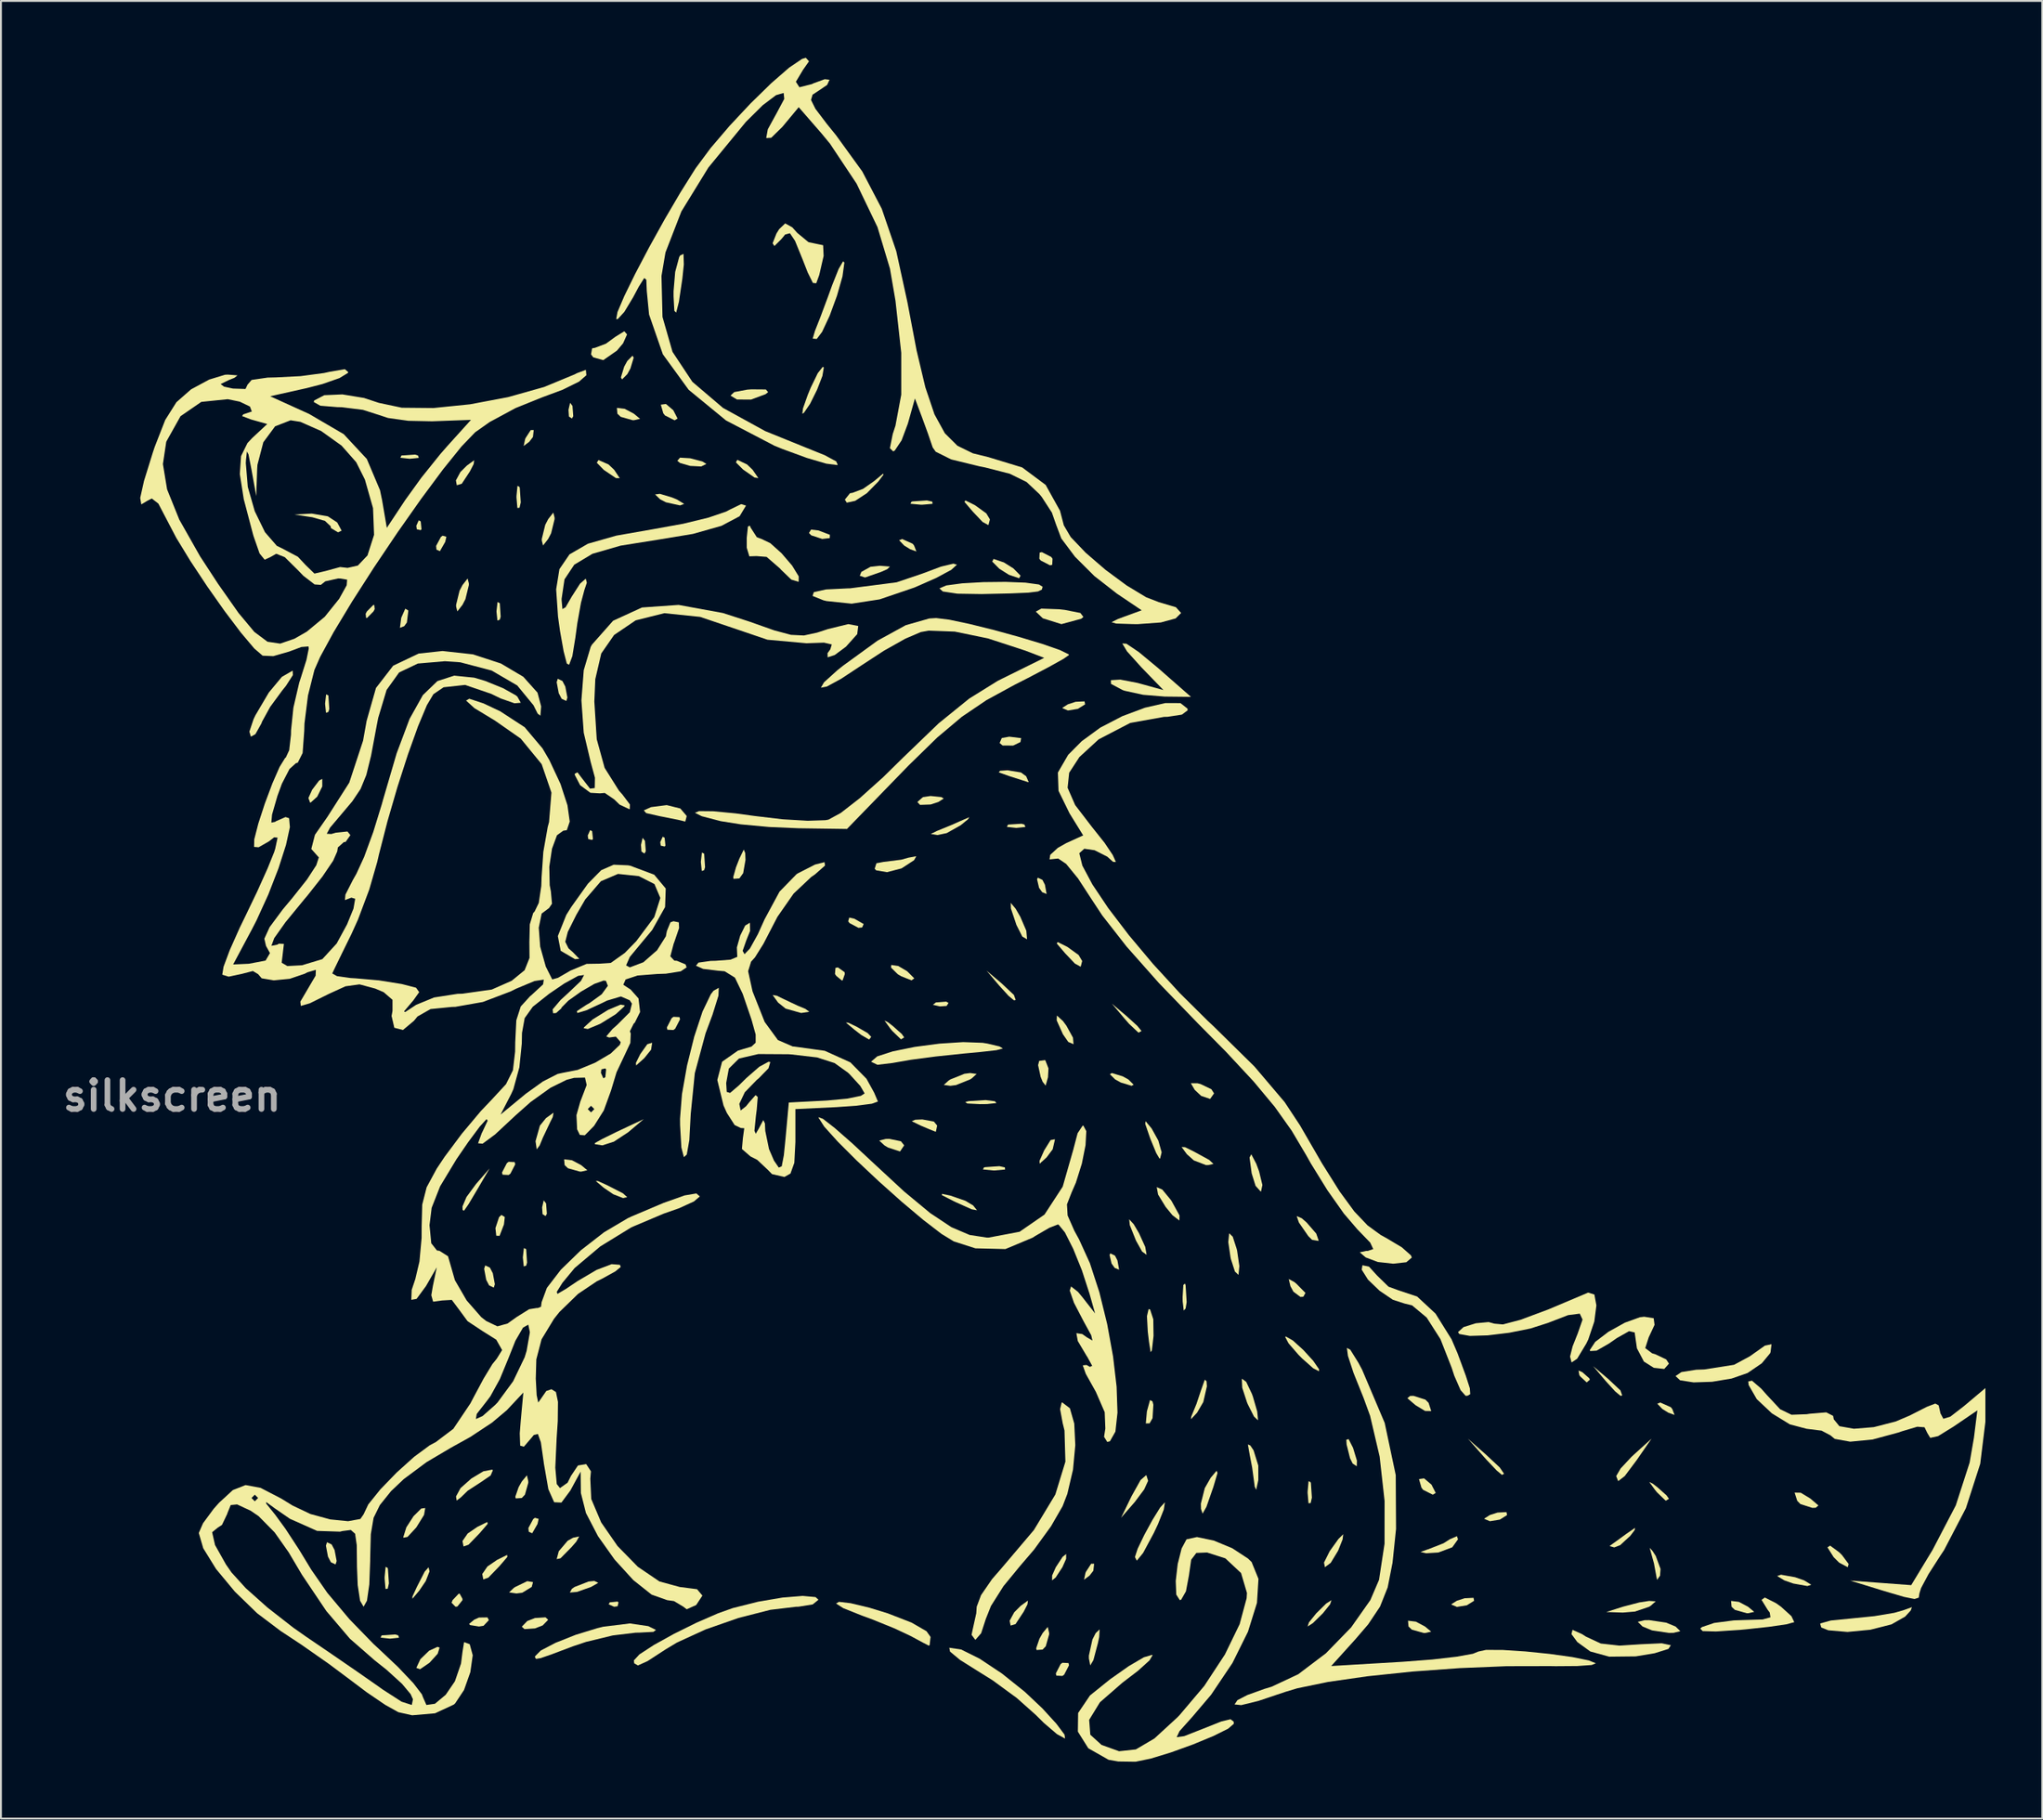
<source format=kicad_pcb>
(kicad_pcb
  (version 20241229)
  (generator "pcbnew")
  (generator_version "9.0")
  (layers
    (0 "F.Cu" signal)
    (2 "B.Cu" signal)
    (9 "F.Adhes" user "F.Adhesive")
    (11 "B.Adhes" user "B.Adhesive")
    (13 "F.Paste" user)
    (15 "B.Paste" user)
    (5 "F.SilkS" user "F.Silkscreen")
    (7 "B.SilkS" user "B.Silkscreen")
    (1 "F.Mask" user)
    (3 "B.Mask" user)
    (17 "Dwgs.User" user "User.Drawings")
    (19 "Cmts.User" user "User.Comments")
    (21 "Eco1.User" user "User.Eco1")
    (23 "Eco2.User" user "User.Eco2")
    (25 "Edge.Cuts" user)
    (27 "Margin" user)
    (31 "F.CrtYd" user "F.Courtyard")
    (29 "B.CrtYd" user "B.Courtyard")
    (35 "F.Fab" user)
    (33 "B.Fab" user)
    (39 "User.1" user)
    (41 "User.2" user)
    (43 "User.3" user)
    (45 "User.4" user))
  (footprint "silkscreen"
    (layer "F.Cu")
    (at 53.021 42.101)
    (property "Reference" "silkscreen" (at -46.99 12.7 0) (layer "F.Fab") (effects (font (size 1.524 1.524) (thickness 0.3))))
    (attr board_only exclude_from_pos_files exclude_from_bom)
    (fp_poly (pts (xy -38.739 -8.438) (xy -38.693 -7.725) (xy -38.739 -7.568) (xy -38.866 -7.524) (xy -38.915 -8.003) (xy -38.86 -8.497)) (stroke (width 0) (type solid)) (fill yes) (layer "F.SilkS"))
    (fp_poly (pts (xy -35.055 41.175) (xy -35.012 41.302) (xy -35.49 41.351) (xy -35.984 41.296) (xy -35.925 41.175) (xy -35.213 41.129)) (stroke (width 0) (type solid)) (fill yes) (layer "F.SilkS"))
    (fp_poly (pts (xy -34.012 -21.107) (xy -33.968 -20.98) (xy -34.447 -20.932) (xy -34.941 -20.986) (xy -34.882 -21.107) (xy -34.169 -21.153)) (stroke (width 0) (type solid)) (fill yes) (layer "F.SilkS"))
    (fp_poly (pts (xy -33.867 -17.629) (xy -33.825 -17.216) (xy -33.867 -17.165) (xy -34.074 -17.213) (xy -34.099 -17.397) (xy -33.971 -17.684)) (stroke (width 0) (type solid)) (fill yes) (layer "F.SilkS"))
    (fp_poly (pts (xy -29.693 -13.309) (xy -29.647 -12.597) (xy -29.693 -12.439) (xy -29.82 -12.395) (xy -29.868 -12.874) (xy -29.814 -13.368)) (stroke (width 0) (type solid)) (fill yes) (layer "F.SilkS"))
    (fp_poly (pts (xy -28.301 20.79) (xy -28.255 21.502) (xy -28.301 21.66) (xy -28.428 21.703) (xy -28.477 21.225) (xy -28.422 20.731)) (stroke (width 0) (type solid)) (fill yes) (layer "F.SilkS"))
    (fp_poly (pts (xy -27.25 18.376) (xy -27.209 18.92) (xy -27.277 19.043) (xy -27.436 18.939) (xy -27.46 18.586) (xy -27.375 18.215)) (stroke (width 0) (type solid)) (fill yes) (layer "F.SilkS"))
    (fp_poly (pts (xy -25.858 -23.726) (xy -25.817 -23.182) (xy -25.886 -23.059) (xy -26.044 -23.162) (xy -26.068 -23.515) (xy -25.983 -23.887)) (stroke (width 0) (type solid)) (fill yes) (layer "F.SilkS"))
    (fp_poly (pts (xy -24.82 -1.276) (xy -24.778 -0.863) (xy -24.82 -0.812) (xy -25.027 -0.86) (xy -25.052 -1.044) (xy -24.925 -1.33)) (stroke (width 0) (type solid)) (fill yes) (layer "F.SilkS"))
    (fp_poly (pts (xy -23.428 39.434) (xy -23.476 39.641) (xy -23.66 39.666) (xy -23.947 39.538) (xy -23.892 39.434) (xy -23.479 39.392)) (stroke (width 0) (type solid)) (fill yes) (layer "F.SilkS"))
    (fp_poly (pts (xy -22.031 -0.761) (xy -21.989 -0.217) (xy -22.058 -0.094) (xy -22.216 -0.198) (xy -22.241 -0.551) (xy -22.156 -0.922)) (stroke (width 0) (type solid)) (fill yes) (layer "F.SilkS"))
    (fp_poly (pts (xy -20.993 -0.928) (xy -20.951 -0.515) (xy -20.993 -0.464) (xy -21.2 -0.512) (xy -21.225 -0.696) (xy -21.097 -0.982)) (stroke (width 0) (type solid)) (fill yes) (layer "F.SilkS"))
    (fp_poly (pts (xy -18.907 -0.087) (xy -18.861 0.625) (xy -18.907 0.783) (xy -19.034 0.827) (xy -19.082 0.348) (xy -19.027 -0.146)) (stroke (width 0) (type solid)) (fill yes) (layer "F.SilkS"))
    (fp_poly (pts (xy -6.009 7.793) (xy -6.113 7.951) (xy -6.466 7.975) (xy -6.837 7.89) (xy -6.676 7.765) (xy -6.132 7.724)) (stroke (width 0) (type solid)) (fill yes) (layer "F.SilkS"))
    (fp_poly (pts (xy -2.001 -1.622) (xy -1.957 -1.495) (xy -2.436 -1.447) (xy -2.93 -1.501) (xy -2.871 -1.622) (xy -2.158 -1.668)) (stroke (width 0) (type solid)) (fill yes) (layer "F.SilkS"))
    (fp_poly (pts (xy -34.52 -12.922) (xy -34.597 -12.291) (xy -34.736 -12.098) (xy -34.964 -12.007) (xy -34.898 -12.517) (xy -34.888 -12.554) (xy -34.682 -13.02)) (stroke (width 0) (type solid)) (fill yes) (layer "F.SilkS"))
    (fp_poly (pts (xy -32.513 -16.817) (xy -32.574 -16.545) (xy -32.855 -16.056) (xy -33.036 -16.138) (xy -33.055 -16.333) (xy -32.802 -16.805) (xy -32.711 -16.873)) (stroke (width 0) (type solid)) (fill yes) (layer "F.SilkS"))
    (fp_poly (pts (xy -29.43 19.094) (xy -29.474 19.484) (xy -29.706 20.087) (xy -29.879 20.08) (xy -29.923 19.679) (xy -29.732 19.101) (xy -29.608 18.983)) (stroke (width 0) (type solid)) (fill yes) (layer "F.SilkS"))
    (fp_poly (pts (xy -27.942 -22.084) (xy -28.14 -21.828) (xy -28.433 -21.608) (xy -28.36 -21.957) (xy -28.335 -22.023) (xy -28.06 -22.449) (xy -27.903 -22.452)) (stroke (width 0) (type solid)) (fill yes) (layer "F.SilkS"))
    (fp_poly (pts (xy -27.642 35.027) (xy -27.703 35.298) (xy -27.984 35.788) (xy -28.165 35.706) (xy -28.184 35.511) (xy -27.931 35.039) (xy -27.84 34.971)) (stroke (width 0) (type solid)) (fill yes) (layer "F.SilkS"))
    (fp_poly (pts (xy -23.955 -20.634) (xy -23.66 -20.355) (xy -23.363 -19.909) (xy -23.566 -19.914) (xy -24.203 -20.344) (xy -24.573 -20.725) (xy -24.486 -20.866)) (stroke (width 0) (type solid)) (fill yes) (layer "F.SilkS"))
    (fp_poly (pts (xy -21.708 10.26) (xy -22.069 10.708) (xy -22.5 11.094) (xy -22.511 10.96) (xy -22.281 10.496) (xy -21.907 9.968) (xy -21.652 9.895)) (stroke (width 0) (type solid)) (fill yes) (layer "F.SilkS"))
    (fp_poly (pts (xy -20.536 -23.495) (xy -20.311 -23.057) (xy -20.466 -22.964) (xy -20.976 -23.22) (xy -21.065 -23.335) (xy -21.195 -23.788) (xy -20.925 -23.826)) (stroke (width 0) (type solid)) (fill yes) (layer "F.SilkS"))
    (fp_poly (pts (xy -16.646 -20.636) (xy -16.353 -20.355) (xy -16.046 -19.913) (xy -16.249 -19.943) (xy -16.855 -20.366) (xy -17.232 -20.743) (xy -17.158 -20.877)) (stroke (width 0) (type solid)) (fill yes) (layer "F.SilkS"))
    (fp_poly (pts (xy -12.874 -17.15) (xy -12.271 -16.919) (xy -12.279 -16.746) (xy -12.679 -16.701) (xy -13.258 -16.892) (xy -13.376 -17.017) (xy -13.265 -17.195)) (stroke (width 0) (type solid)) (fill yes) (layer "F.SilkS"))
    (fp_poly (pts (xy -10.978 3.347) (xy -10.489 3.627) (xy -10.571 3.809) (xy -10.766 3.827) (xy -11.238 3.575) (xy -11.306 3.483) (xy -11.25 3.286)) (stroke (width 0) (type solid)) (fill yes) (layer "F.SilkS"))
    (fp_poly (pts (xy -7.903 -16.448) (xy -7.829 -16.353) (xy -7.706 -16.04) (xy -8.035 -16.158) (xy -8.351 -16.353) (xy -8.618 -16.633) (xy -8.458 -16.696)) (stroke (width 0) (type solid)) (fill yes) (layer "F.SilkS"))
    (fp_poly (pts (xy -3.218 6.752) (xy -2.561 7.369) (xy -2.466 7.637) (xy -2.556 7.655) (xy -2.84 7.42) (xy -3.339 6.872) (xy -4.001 6.089)) (stroke (width 0) (type solid)) (fill yes) (layer "F.SilkS"))
    (fp_poly (pts (xy -2.177 -6.186) (xy -2.216 -5.978) (xy -2.598 -5.794) (xy -3.158 -5.797) (xy -3.315 -5.93) (xy -3.2 -6.192) (xy -2.804 -6.263)) (stroke (width 0) (type solid)) (fill yes) (layer "F.SilkS"))
    (fp_poly (pts (xy -1.054 1.297) (xy -0.924 1.551) (xy -0.835 2.041) (xy -1.068 1.946) (xy -1.232 1.717) (xy -1.339 1.261) (xy -1.296 1.18)) (stroke (width 0) (type solid)) (fill yes) (layer "F.SilkS"))
    (fp_poly (pts (xy 1.633 37.763) (xy 1.435 38.019) (xy 1.142 38.239) (xy 1.215 37.89) (xy 1.24 37.824) (xy 1.516 37.398) (xy 1.673 37.395)) (stroke (width 0) (type solid)) (fill yes) (layer "F.SilkS"))
    (fp_poly (pts (xy 2.773 21.13) (xy 2.904 21.384) (xy 2.993 21.874) (xy 2.759 21.779) (xy 2.595 21.549) (xy 2.488 21.094) (xy 2.532 21.013)) (stroke (width 0) (type solid)) (fill yes) (layer "F.SilkS"))
    (fp_poly (pts (xy 3.392 8.492) (xy 3.95 9) (xy 4.175 9.274) (xy 4.016 9.362) (xy 3.518 8.895) (xy 3.272 8.612) (xy 2.61 7.829)) (stroke (width 0) (type solid)) (fill yes) (layer "F.SilkS"))
    (fp_poly (pts (xy 19.478 33.22) (xy 19.702 33.658) (xy 19.548 33.751) (xy 19.038 33.495) (xy 18.949 33.38) (xy 18.818 32.927) (xy 19.088 32.889)) (stroke (width 0) (type solid)) (fill yes) (layer "F.SilkS"))
    (fp_poly (pts (xy 27.434 27.28) (xy 27.805 27.604) (xy 27.836 27.682) (xy 27.67 27.825) (xy 27.327 27.505) (xy 27.28 27.434) (xy 27.239 27.196)) (stroke (width 0) (type solid)) (fill yes) (layer "F.SilkS"))
    (fp_poly (pts (xy 28.792 27.629) (xy 29.45 28.246) (xy 29.545 28.514) (xy 29.455 28.532) (xy 29.171 28.297) (xy 28.672 27.749) (xy 28.01 26.966)) (stroke (width 0) (type solid)) (fill yes) (layer "F.SilkS"))
    (fp_poly (pts (xy 32.11 29.133) (xy 32.185 29.227) (xy 32.307 29.54) (xy 31.978 29.422) (xy 31.663 29.227) (xy 31.396 28.948) (xy 31.555 28.885)) (stroke (width 0) (type solid)) (fill yes) (layer "F.SilkS"))
    (fp_poly (pts (xy -39.061 -3.639) (xy -39.329 -3.097) (xy -39.672 -2.787) (xy -39.706 -2.784) (xy -39.794 -3.025) (xy -39.595 -3.464) (xy -39.227 -3.949) (xy -39.062 -4.035)) (stroke (width 0) (type solid)) (fill yes) (layer "F.SilkS"))
    (fp_poly (pts (xy -38.567 36.378) (xy -38.413 36.673) (xy -38.304 37.255) (xy -38.362 37.434) (xy -38.607 37.317) (xy -38.761 37.021) (xy -38.87 36.44) (xy -38.812 36.261)) (stroke (width 0) (type solid)) (fill yes) (layer "F.SilkS"))
    (fp_poly (pts (xy -36.295 -12.997) (xy -36.36 -12.874) (xy -36.688 -12.542) (xy -36.749 -12.526) (xy -36.773 -12.751) (xy -36.708 -12.874) (xy -36.38 -13.206) (xy -36.319 -13.222)) (stroke (width 0) (type solid)) (fill yes) (layer "F.SilkS"))
    (fp_poly (pts (xy -35.614 37.612) (xy -35.597 37.672) (xy -35.546 38.43) (xy -35.61 38.716) (xy -35.724 38.727) (xy -35.771 38.182) (xy -35.771 38.1) (xy -35.72 37.56)) (stroke (width 0) (type solid)) (fill yes) (layer "F.SilkS"))
    (fp_poly (pts (xy -33.403 37.802) (xy -33.602 38.312) (xy -33.944 38.816) (xy -34.304 39.244) (xy -34.304 39.127) (xy -34.071 38.622) (xy -33.655 37.809) (xy -33.45 37.583)) (stroke (width 0) (type solid)) (fill yes) (layer "F.SilkS"))
    (fp_poly (pts (xy -32.87 41.822) (xy -32.97 42.145) (xy -33.401 42.621) (xy -33.9 42.964) (xy -34.099 42.894) (xy -33.885 42.435) (xy -33.423 41.986) (xy -32.981 41.783)) (stroke (width 0) (type solid)) (fill yes) (layer "F.SilkS"))
    (fp_poly (pts (xy -31.667 39.239) (xy -31.663 39.318) (xy -31.93 39.652) (xy -32.031 39.666) (xy -32.239 39.453) (xy -32.185 39.318) (xy -31.872 38.986) (xy -31.816 38.97)) (stroke (width 0) (type solid)) (fill yes) (layer "F.SilkS"))
    (fp_poly (pts (xy -31.072 -20.655) (xy -31.27 -20.268) (xy -31.701 -19.614) (xy -31.962 -19.535) (xy -32.011 -19.79) (xy -31.771 -20.235) (xy -31.432 -20.573) (xy -31.046 -20.855)) (stroke (width 0) (type solid)) (fill yes) (layer "F.SilkS"))
    (fp_poly (pts (xy -30.841 17.571) (xy -31.339 18.41) (xy -31.579 18.758) (xy -31.657 18.722) (xy -31.663 18.538) (xy -31.452 18.037) (xy -30.946 17.349) (xy -30.23 16.527)) (stroke (width 0) (type solid)) (fill yes) (layer "F.SilkS"))
    (fp_poly (pts (xy -30.336 35.295) (xy -30.76 35.788) (xy -31.342 36.39) (xy -31.607 36.484) (xy -31.663 36.199) (xy -31.389 35.8) (xy -30.88 35.452) (xy -30.35 35.19)) (stroke (width 0) (type solid)) (fill yes) (layer "F.SilkS"))
    (fp_poly (pts (xy -30.271 40.373) (xy -30.553 40.672) (xy -30.793 40.71) (xy -31.257 40.635) (xy -31.315 40.573) (xy -31.043 40.348) (xy -30.793 40.236) (xy -30.345 40.229)) (stroke (width 0) (type solid)) (fill yes) (layer "F.SilkS"))
    (fp_poly (pts (xy -30.216 21.764) (xy -30.062 22.06) (xy -29.954 22.641) (xy -30.011 22.82) (xy -30.256 22.703) (xy -30.41 22.408) (xy -30.519 21.826) (xy -30.462 21.647)) (stroke (width 0) (type solid)) (fill yes) (layer "F.SilkS"))
    (fp_poly (pts (xy -29.293 37.035) (xy -29.716 37.527) (xy -30.298 38.13) (xy -30.564 38.224) (xy -30.619 37.938) (xy -30.345 37.54) (xy -29.836 37.192) (xy -29.306 36.93)) (stroke (width 0) (type solid)) (fill yes) (layer "F.SilkS"))
    (fp_poly (pts (xy -28.906 16.195) (xy -28.879 16.312) (xy -29.133 16.804) (xy -29.227 16.875) (xy -29.549 16.859) (xy -29.575 16.742) (xy -29.321 16.251) (xy -29.227 16.179)) (stroke (width 0) (type solid)) (fill yes) (layer "F.SilkS"))
    (fp_poly (pts (xy -28.656 -19.451) (xy -28.638 -19.391) (xy -28.587 -18.633) (xy -28.651 -18.347) (xy -28.765 -18.336) (xy -28.812 -18.881) (xy -28.812 -18.963) (xy -28.761 -19.503)) (stroke (width 0) (type solid)) (fill yes) (layer "F.SilkS"))
    (fp_poly (pts (xy -27.938 38.366) (xy -28.01 38.622) (xy -28.506 38.925) (xy -28.813 38.965) (xy -29.202 38.908) (xy -28.949 38.668) (xy -28.879 38.622) (xy -28.242 38.315)) (stroke (width 0) (type solid)) (fill yes) (layer "F.SilkS"))
    (fp_poly (pts (xy -27.14 40.354) (xy -27.429 40.652) (xy -27.836 40.81) (xy -28.391 40.846) (xy -28.532 40.718) (xy -28.242 40.419) (xy -27.836 40.261) (xy -27.28 40.225)) (stroke (width 0) (type solid)) (fill yes) (layer "F.SilkS"))
    (fp_poly (pts (xy -26.389 -9.203) (xy -26.235 -8.907) (xy -26.126 -8.326) (xy -26.184 -8.147) (xy -26.429 -8.264) (xy -26.583 -8.559) (xy -26.692 -9.141) (xy -26.634 -9.32)) (stroke (width 0) (type solid)) (fill yes) (layer "F.SilkS"))
    (fp_poly (pts (xy -25.883 16.097) (xy -25.4 16.353) (xy -25.074 16.624) (xy -25.387 16.695) (xy -25.466 16.696) (xy -26.096 16.519) (xy -26.27 16.353) (xy -26.298 16.046)) (stroke (width 0) (type solid)) (fill yes) (layer "F.SilkS"))
    (fp_poly (pts (xy -25.659 36.234) (xy -25.908 36.519) (xy -26.49 37.109) (xy -26.692 37.153) (xy -26.58 36.735) (xy -26.11 36.181) (xy -25.828 36.024) (xy -25.503 35.954)) (stroke (width 0) (type solid)) (fill yes) (layer "F.SilkS"))
    (fp_poly (pts (xy -24.496 38.403) (xy -24.878 38.622) (xy -25.616 38.883) (xy -25.996 38.916) (xy -25.889 38.721) (xy -25.748 38.622) (xy -25.005 38.333) (xy -24.704 38.304)) (stroke (width 0) (type solid)) (fill yes) (layer "F.SilkS"))
    (fp_poly (pts (xy -24.008 17.425) (xy -23.196 17.84) (xy -22.969 18.046) (xy -23.188 18.093) (xy -23.699 17.894) (xy -24.203 17.552) (xy -24.63 17.192) (xy -24.513 17.192)) (stroke (width 0) (type solid)) (fill yes) (layer "F.SilkS"))
    (fp_poly (pts (xy -23.099 -23.569) (xy -22.616 -23.312) (xy -22.29 -23.042) (xy -22.604 -22.971) (xy -22.683 -22.97) (xy -23.312 -23.147) (xy -23.486 -23.312) (xy -23.514 -23.62)) (stroke (width 0) (type solid)) (fill yes) (layer "F.SilkS"))
    (fp_poly (pts (xy -22.627 -26.27) (xy -22.8 -25.698) (xy -22.964 -25.4) (xy -23.24 -25.121) (xy -23.302 -25.226) (xy -23.128 -25.798) (xy -22.964 -26.096) (xy -22.689 -26.374)) (stroke (width 0) (type solid)) (fill yes) (layer "F.SilkS"))
    (fp_poly (pts (xy -20.597 -18.888) (xy -20.355 -18.789) (xy -19.963 -18.552) (xy -20.181 -18.471) (xy -20.924 -18.635) (xy -21.225 -18.789) (xy -21.498 -19.05) (xy -21.245 -19.083)) (stroke (width 0) (type solid)) (fill yes) (layer "F.SilkS"))
    (fp_poly (pts (xy -20.208 8.541) (xy -20.181 8.658) (xy -20.435 9.149) (xy -20.529 9.221) (xy -20.85 9.205) (xy -20.877 9.088) (xy -20.623 8.596) (xy -20.529 8.525)) (stroke (width 0) (type solid)) (fill yes) (layer "F.SilkS"))
    (fp_poly (pts (xy -19.648 -20.96) (xy -19.001 -20.79) (xy -18.789 -20.662) (xy -19.063 -20.527) (xy -19.646 -20.556) (xy -20.184 -20.713) (xy -20.324 -20.826) (xy -20.181 -20.992)) (stroke (width 0) (type solid)) (fill yes) (layer "F.SilkS"))
    (fp_poly (pts (xy -11.496 6.168) (xy -11.482 6.263) (xy -11.601 6.602) (xy -11.636 6.611) (xy -11.933 6.367) (xy -12.004 6.263) (xy -11.977 5.942) (xy -11.851 5.915)) (stroke (width 0) (type solid)) (fill yes) (layer "F.SilkS"))
    (fp_poly (pts (xy -11.303 8.836) (xy -10.873 9.04) (xy -10.28 9.383) (xy -10.09 9.581) (xy -10.2 9.726) (xy -10.617 9.483) (xy -10.981 9.201) (xy -11.429 8.827)) (stroke (width 0) (type solid)) (fill yes) (layer "F.SilkS"))
    (fp_poly (pts (xy -9.212 8.808) (xy -8.96 9.002) (xy -8.478 9.431) (xy -8.351 9.611) (xy -8.52 9.715) (xy -8.982 9.268) (xy -9.091 9.134) (xy -9.392 8.721)) (stroke (width 0) (type solid)) (fill yes) (layer "F.SilkS"))
    (fp_poly (pts (xy -9.102 -15.244) (xy -9.242 -15.106) (xy -9.568 -14.962) (xy -10.416 -14.666) (xy -10.694 -14.757) (xy -10.612 -14.962) (xy -10.129 -15.231) (xy -9.635 -15.285)) (stroke (width 0) (type solid)) (fill yes) (layer "F.SilkS"))
    (fp_poly (pts (xy -8.668 5.84) (xy -8.197 6.117) (xy -7.818 6.495) (xy -7.965 6.599) (xy -8.505 6.386) (xy -8.689 6.277) (xy -9.044 5.926) (xy -9.036 5.788)) (stroke (width 0) (type solid)) (fill yes) (layer "F.SilkS"))
    (fp_poly (pts (xy -8.523 15.094) (xy -8.351 15.31) (xy -8.57 15.633) (xy -9.203 15.426) (xy -9.395 15.31) (xy -9.668 15.056) (xy -9.322 14.971) (xy -9.134 14.967)) (stroke (width 0) (type solid)) (fill yes) (layer "F.SilkS"))
    (fp_poly (pts (xy -6.865 -18.669) (xy -6.854 -18.555) (xy -7.398 -18.508) (xy -7.481 -18.509) (xy -8.02 -18.559) (xy -7.969 -18.665) (xy -7.909 -18.682) (xy -7.151 -18.733)) (stroke (width 0) (type solid)) (fill yes) (layer "F.SilkS"))
    (fp_poly (pts (xy -6.393 -3.075) (xy -6.263 -2.998) (xy -6.55 -2.815) (xy -6.959 -2.683) (xy -7.514 -2.663) (xy -7.655 -2.816) (xy -7.363 -3.072) (xy -6.959 -3.132)) (stroke (width 0) (type solid)) (fill yes) (layer "F.SilkS"))
    (fp_poly (pts (xy -4.61 -18.479) (xy -4.016 -18.05) (xy -3.827 -17.733) (xy -3.906 -17.431) (xy -4.212 -17.597) (xy -4.73 -18.144) (xy -5.17 -18.659) (xy -5.119 -18.734)) (stroke (width 0) (type solid)) (fill yes) (layer "F.SilkS"))
    (fp_poly (pts (xy -3.562 12.983) (xy -3.481 13.077) (xy -3.981 13.13) (xy -4.349 13.134) (xy -5.023 13.1) (xy -5.125 13.021) (xy -4.954 12.976) (xy -4.048 12.92)) (stroke (width 0) (type solid)) (fill yes) (layer "F.SilkS"))
    (fp_poly (pts (xy -3.09 -15.462) (xy -2.589 -15.147) (xy -2.211 -14.765) (xy -2.282 -14.625) (xy -2.825 -14.809) (xy -3.326 -15.125) (xy -3.704 -15.506) (xy -3.633 -15.646)) (stroke (width 0) (type solid)) (fill yes) (layer "F.SilkS"))
    (fp_poly (pts (xy -3.038 16.473) (xy -3.026 16.587) (xy -3.571 16.634) (xy -3.653 16.634) (xy -4.193 16.583) (xy -4.142 16.477) (xy -4.082 16.46) (xy -3.324 16.409)) (stroke (width 0) (type solid)) (fill yes) (layer "F.SilkS"))
    (fp_poly (pts (xy -1.845 39.54) (xy -2.043 39.927) (xy -2.474 40.581) (xy -2.735 40.66) (xy -2.784 40.404) (xy -2.544 39.96) (xy -2.205 39.621) (xy -1.819 39.339)) (stroke (width 0) (type solid)) (fill yes) (layer "F.SilkS"))
    (fp_poly (pts (xy -0.735 11.248) (xy -0.762 11.716) (xy -0.885 12.156) (xy -1.044 11.953) (xy -1.149 11.693) (xy -1.283 11.077) (xy -1.226 10.852) (xy -0.907 10.81)) (stroke (width 0) (type solid)) (fill yes) (layer "F.SilkS"))
    (fp_poly (pts (xy -0.593 -15.752) (xy -0.522 -15.658) (xy -0.538 -15.336) (xy -0.655 -15.31) (xy -1.147 -15.564) (xy -1.218 -15.658) (xy -1.202 -15.979) (xy -1.085 -16.005)) (stroke (width 0) (type solid)) (fill yes) (layer "F.SilkS"))
    (fp_poly (pts (xy -0.395 15.007) (xy -0.513 15.517) (xy -0.834 15.945) (xy -1.201 16.28) (xy -1.21 16.131) (xy -0.961 15.574) (xy -0.624 15.031) (xy -0.402 14.989)) (stroke (width 0) (type solid)) (fill yes) (layer "F.SilkS"))
    (fp_poly (pts (xy 0.027 8.746) (xy 0.209 8.992) (xy 0.557 9.625) (xy 0.586 9.969) (xy 0.309 9.852) (xy 0.028 9.447) (xy -0.302 8.713) (xy -0.293 8.456)) (stroke (width 0) (type solid)) (fill yes) (layer "F.SilkS"))
    (fp_poly (pts (xy 0.196 37.138) (xy 0 37.578) (xy -0.359 38.125) (xy -0.546 38.274) (xy -0.544 38.018) (xy -0.348 37.578) (xy 0.011 37.031) (xy 0.198 36.882)) (stroke (width 0) (type solid)) (fill yes) (layer "F.SilkS"))
    (fp_poly (pts (xy 0.261 4.833) (xy 0.855 5.262) (xy 1.044 5.579) (xy 0.965 5.881) (xy 0.66 5.716) (xy 0.141 5.169) (xy -0.299 4.653) (xy -0.248 4.579)) (stroke (width 0) (type solid)) (fill yes) (layer "F.SilkS"))
    (fp_poly (pts (xy 0.321 42.639) (xy 0.348 42.756) (xy 0.094 43.248) (xy 0 43.319) (xy -0.321 43.303) (xy -0.348 43.186) (xy -0.094 42.694) (xy 0 42.623)) (stroke (width 0) (type solid)) (fill yes) (layer "F.SilkS"))
    (fp_poly (pts (xy 1.198 -7.97) (xy 0.817 -7.732) (xy 0.292 -7.645) (xy 0.002 -7.769) (xy 0 -7.788) (xy 0.287 -7.971) (xy 0.696 -8.104) (xy 1.167 -8.127)) (stroke (width 0) (type solid)) (fill yes) (layer "F.SilkS"))
    (fp_poly (pts (xy 3.181 11.666) (xy 3.479 11.83) (xy 3.758 12.106) (xy 3.653 12.167) (xy 3.082 11.994) (xy 2.784 11.83) (xy 2.505 11.554) (xy 2.61 11.493)) (stroke (width 0) (type solid)) (fill yes) (layer "F.SilkS"))
    (fp_poly (pts (xy 4.523 33.016) (xy 4.315 33.474) (xy 3.814 34.143) (xy 3.81 34.147) (xy 3.097 34.968) (xy 3.645 33.838) (xy 4.124 32.979) (xy 4.427 32.713)) (stroke (width 0) (type solid)) (fill yes) (layer "F.SilkS"))
    (fp_poly (pts (xy 4.754 28.826) (xy 4.8 29.003) (xy 4.756 29.713) (xy 4.599 29.987) (xy 4.401 29.988) (xy 4.457 29.368) (xy 4.462 29.341) (xy 4.624 28.754)) (stroke (width 0) (type solid)) (fill yes) (layer "F.SilkS"))
    (fp_poly (pts (xy 6.503 22.703) (xy 6.557 23.586) (xy 6.503 23.921) (xy 6.402 24.03) (xy 6.347 23.548) (xy 6.344 23.312) (xy 6.38 22.679) (xy 6.47 22.605)) (stroke (width 0) (type solid)) (fill yes) (layer "F.SilkS"))
    (fp_poly (pts (xy 7.127 12.033) (xy 7.287 12.072) (xy 7.862 12.347) (xy 8.003 12.567) (xy 7.796 12.86) (xy 7.32 12.698) (xy 6.982 12.379) (xy 6.778 12.032)) (stroke (width 0) (type solid)) (fill yes) (layer "F.SilkS"))
    (fp_poly (pts (xy 12.241 22.526) (xy 12.344 22.61) (xy 12.827 23.1) (xy 12.715 23.301) (xy 12.563 23.312) (xy 12.19 23.033) (xy 12.033 22.741) (xy 11.944 22.366)) (stroke (width 0) (type solid)) (fill yes) (layer "F.SilkS"))
    (fp_poly (pts (xy 13.098 33.089) (xy 13.115 33.148) (xy 13.166 33.906) (xy 13.102 34.192) (xy 12.988 34.204) (xy 12.941 33.659) (xy 12.942 33.577) (xy 12.992 33.037)) (stroke (width 0) (type solid)) (fill yes) (layer "F.SilkS"))
    (fp_poly (pts (xy 14.129 39.535) (xy 13.744 40.014) (xy 13.221 40.528) (xy 12.94 40.71) (xy 13.011 40.492) (xy 13.396 40.014) (xy 13.919 39.499) (xy 14.2 39.318)) (stroke (width 0) (type solid)) (fill yes) (layer "F.SilkS"))
    (fp_poly (pts (xy 15.339 31.279) (xy 15.542 31.95) (xy 15.534 32.25) (xy 15.317 32.105) (xy 15.179 31.824) (xy 14.998 31.1) (xy 14.984 30.852) (xy 15.102 30.815)) (stroke (width 0) (type solid)) (fill yes) (layer "F.SilkS"))
    (fp_poly (pts (xy 18.654 40.453) (xy 19.137 40.71) (xy 19.463 40.98) (xy 19.15 41.051) (xy 19.071 41.052) (xy 18.441 40.875) (xy 18.267 40.71) (xy 18.239 40.402)) (stroke (width 0) (type solid)) (fill yes) (layer "F.SilkS"))
    (fp_poly (pts (xy 19.158 28.733) (xy 19.325 28.903) (xy 19.465 29.337) (xy 19.139 29.331) (xy 18.635 29.025) (xy 18.207 28.659) (xy 18.349 28.538) (xy 18.528 28.532)) (stroke (width 0) (type solid)) (fill yes) (layer "F.SilkS"))
    (fp_poly (pts (xy 21.727 39.35) (xy 21.346 39.589) (xy 20.821 39.675) (xy 20.531 39.552) (xy 20.529 39.532) (xy 20.816 39.35) (xy 21.225 39.217) (xy 21.696 39.194)) (stroke (width 0) (type solid)) (fill yes) (layer "F.SilkS"))
    (fp_poly (pts (xy 22.355 31.637) (xy 23.083 32.317) (xy 23.308 32.647) (xy 23.199 32.707) (xy 22.919 32.473) (xy 22.373 31.897) (xy 22.242 31.75) (xy 21.399 30.793)) (stroke (width 0) (type solid)) (fill yes) (layer "F.SilkS"))
    (fp_poly (pts (xy 23.466 34.827) (xy 23.086 35.066) (xy 22.561 35.152) (xy 22.27 35.029) (xy 22.268 35.009) (xy 22.555 34.826) (xy 22.965 34.694) (xy 23.436 34.671)) (stroke (width 0) (type solid)) (fill yes) (layer "F.SilkS"))
    (fp_poly (pts (xy 30.309 31.924) (xy 29.677 32.768) (xy 29.331 33.036) (xy 29.227 32.768) (xy 29.462 32.365) (xy 30.04 31.747) (xy 30.159 31.637) (xy 31.091 30.793)) (stroke (width 0) (type solid)) (fill yes) (layer "F.SilkS"))
    (fp_poly (pts (xy 31.15 33.164) (xy 31.402 33.358) (xy 31.884 33.788) (xy 32.011 33.967) (xy 31.842 34.071) (xy 31.379 33.624) (xy 31.271 33.49) (xy 30.97 33.078)) (stroke (width 0) (type solid)) (fill yes) (layer "F.SilkS"))
    (fp_poly (pts (xy 35.703 39.409) (xy 36.186 39.666) (xy 36.512 39.936) (xy 36.199 40.007) (xy 36.12 40.008) (xy 35.491 39.831) (xy 35.316 39.666) (xy 35.288 39.358)) (stroke (width 0) (type solid)) (fill yes) (layer "F.SilkS"))
    (fp_poly (pts (xy 38.671 38.108) (xy 39.144 38.274) (xy 39.523 38.504) (xy 39.318 38.573) (xy 38.573 38.44) (xy 38.1 38.274) (xy 37.721 38.044) (xy 37.926 37.975)) (stroke (width 0) (type solid)) (fill yes) (layer "F.SilkS"))
    (fp_poly (pts (xy 38.967 33.647) (xy 39.472 33.953) (xy 39.9 34.319) (xy 39.758 34.44) (xy 39.579 34.447) (xy 38.949 34.245) (xy 38.782 34.075) (xy 38.642 33.641)) (stroke (width 0) (type solid)) (fill yes) (layer "F.SilkS"))
    (fp_poly (pts (xy 40.994 36.79) (xy 41.145 36.94) (xy 41.493 37.409) (xy 41.448 37.578) (xy 40.996 37.34) (xy 40.703 37.048) (xy 40.378 36.533) (xy 40.514 36.438)) (stroke (width 0) (type solid)) (fill yes) (layer "F.SilkS"))
    (fp_poly (pts (xy -28.19 33.042) (xy -28.189 33.121) (xy -28.366 33.75) (xy -28.532 33.925) (xy -28.851 33.948) (xy -28.874 33.858) (xy -28.699 33.351) (xy -28.532 33.055) (xy -28.261 32.729)) (stroke (width 0) (type solid)) (fill yes) (layer "F.SilkS"))
    (fp_poly (pts (xy -26.897 13.813) (xy -27.036 14.092) (xy -27.418 14.899) (xy -27.587 15.31) (xy -27.743 15.523) (xy -27.808 15.091) (xy -27.576 14.269) (xy -27.257 13.873) (xy -26.859 13.586)) (stroke (width 0) (type solid)) (fill yes) (layer "F.SilkS"))
    (fp_poly (pts (xy -22.916 14.617) (xy -23.672 15.115) (xy -24.279 15.31) (xy -24.675 15.249) (xy -24.675 15.189) (xy -24.295 14.977) (xy -23.533 14.601) (xy -23.312 14.497) (xy -22.095 13.925)) (stroke (width 0) (type solid)) (fill yes) (layer "F.SilkS"))
    (fp_poly (pts (xy -16.741 -0.119) (xy -16.726 0.24) (xy -16.848 0.941) (xy -17.049 1.218) (xy -17.356 1.242) (xy -17.373 1.151) (xy -17.227 0.63) (xy -17.049 0.174) (xy -16.818 -0.303)) (stroke (width 0) (type solid)) (fill yes) (layer "F.SilkS"))
    (fp_poly (pts (xy -15.651 -24.592) (xy -15.532 -24.449) (xy -15.668 -24.342) (xy -16.438 -24.057) (xy -17.178 -24.062) (xy -17.516 -24.269) (xy -17.319 -24.454) (xy -16.632 -24.582) (xy -16.416 -24.598)) (stroke (width 0) (type solid)) (fill yes) (layer "F.SilkS"))
    (fp_poly (pts (xy -15.067 7.412) (xy -14.788 7.551) (xy -13.98 7.933) (xy -13.57 8.102) (xy -13.357 8.258) (xy -13.788 8.323) (xy -14.61 8.091) (xy -15.006 7.772) (xy -15.294 7.374)) (stroke (width 0) (type solid)) (fill yes) (layer "F.SilkS"))
    (fp_poly (pts (xy -6.784 14.054) (xy -6.611 14.266) (xy -6.678 14.585) (xy -6.698 14.589) (xy -7.045 14.45) (xy -7.481 14.266) (xy -7.95 14.037) (xy -7.767 13.958) (xy -7.394 13.942)) (stroke (width 0) (type solid)) (fill yes) (layer "F.SilkS"))
    (fp_poly (pts (xy -5.915 17.962) (xy -5.121 18.237) (xy -4.715 18.48) (xy -4.506 18.737) (xy -4.788 18.686) (xy -5.617 18.314) (xy -5.741 18.255) (xy -6.356 17.941) (xy -6.357 17.869)) (stroke (width 0) (type solid)) (fill yes) (layer "F.SilkS"))
    (fp_poly (pts (xy -2.191 -4.375) (xy -1.914 -4.175) (xy -1.782 -3.872) (xy -1.806 -3.862) (xy -2.18 -3.982) (xy -2.784 -4.175) (xy -3.359 -4.379) (xy -3.293 -4.462) (xy -2.891 -4.489)) (stroke (width 0) (type solid)) (fill yes) (layer "F.SilkS"))
    (fp_poly (pts (xy -0.702 41.045) (xy -0.701 41.124) (xy -0.879 41.753) (xy -1.044 41.927) (xy -1.363 41.95) (xy -1.386 41.861) (xy -1.212 41.353) (xy -1.044 41.058) (xy -0.774 40.731)) (stroke (width 0) (type solid)) (fill yes) (layer "F.SilkS"))
    (fp_poly (pts (xy -0.169 -12.99) (xy 0.126 -12.956) (xy 0.95 -12.793) (xy 1.107 -12.584) (xy 0.995 -12.489) (xy -0.052 -12.204) (xy -1.034 -12.512) (xy -1.405 -12.864) (xy -1.114 -13.024)) (stroke (width 0) (type solid)) (fill yes) (layer "F.SilkS"))
    (fp_poly (pts (xy 1.941 41.265) (xy 1.875 41.579) (xy 1.636 42.481) (xy 1.47 42.764) (xy 1.398 42.398) (xy 1.397 42.246) (xy 1.584 41.394) (xy 1.756 41.058) (xy 1.963 40.861)) (stroke (width 0) (type solid)) (fill yes) (layer "F.SilkS"))
    (fp_poly (pts (xy 3.763 19.473) (xy 4.043 19.951) (xy 4.37 20.668) (xy 4.441 21.072) (xy 4.433 21.083) (xy 4.206 20.916) (xy 3.884 20.34) (xy 3.556 19.52) (xy 3.523 19.213)) (stroke (width 0) (type solid)) (fill yes) (layer "F.SilkS"))
    (fp_poly (pts (xy 6.474 15.407) (xy 6.959 15.648) (xy 7.747 16.079) (xy 7.97 16.29) (xy 7.694 16.352) (xy 7.581 16.353) (xy 6.936 16.105) (xy 6.567 15.775) (xy 6.29 15.398)) (stroke (width 0) (type solid)) (fill yes) (layer "F.SilkS"))
    (fp_poly (pts (xy 7.605 27.761) (xy 7.625 28.03) (xy 7.435 28.86) (xy 7.107 29.422) (xy 6.786 29.766) (xy 6.797 29.635) (xy 7.074 28.962) (xy 7.314 28.243) (xy 7.514 27.68)) (stroke (width 0) (type solid)) (fill yes) (layer "F.SilkS"))
    (fp_poly (pts (xy 10.23 16.28) (xy 10.38 16.684) (xy 10.554 17.403) (xy 10.484 17.741) (xy 10.461 17.745) (xy 10.194 17.446) (xy 9.988 16.788) (xy 9.876 15.953) (xy 9.968 15.78)) (stroke (width 0) (type solid)) (fill yes) (layer "F.SilkS"))
    (fp_poly (pts (xy 12.636 19.161) (xy 12.894 19.388) (xy 13.396 19.968) (xy 13.524 20.338) (xy 13.513 20.354) (xy 13.174 20.297) (xy 12.978 20.102) (xy 12.48 19.383) (xy 12.364 19.044)) (stroke (width 0) (type solid)) (fill yes) (layer "F.SilkS"))
    (fp_poly (pts (xy 14.788 36.109) (xy 14.55 36.708) (xy 14.162 37.347) (xy 13.854 37.578) (xy 13.806 37.333) (xy 14.103 36.74) (xy 14.124 36.708) (xy 14.565 36.092) (xy 14.82 35.838)) (stroke (width 0) (type solid)) (fill yes) (layer "F.SilkS"))
    (fp_poly (pts (xy 30.2 35.621) (xy 29.968 35.925) (xy 29.437 36.414) (xy 29.127 36.534) (xy 28.882 36.466) (xy 28.908 36.436) (xy 29.271 36.176) (xy 29.749 35.827) (xy 30.223 35.5)) (stroke (width 0) (type solid)) (fill yes) (layer "F.SilkS"))
    (fp_poly (pts (xy 31.14 36.715) (xy 31.313 36.982) (xy 31.567 37.671) (xy 31.541 38.026) (xy 31.383 38.248) (xy 31.343 38.041) (xy 31.22 37.375) (xy 31.115 36.998) (xy 30.993 36.557)) (stroke (width 0) (type solid)) (fill yes) (layer "F.SilkS"))
    (fp_poly (pts (xy 31.313 39.381) (xy 31.056 39.608) (xy 30.967 39.666) (xy 30.217 39.921) (xy 29.575 39.974) (xy 28.705 39.944) (xy 29.575 39.666) (xy 30.443 39.439) (xy 30.967 39.358)) (stroke (width 0) (type solid)) (fill yes) (layer "F.SilkS"))
    (fp_poly (pts (xy -38.768 -17.895) (xy -38.274 -17.571) (xy -38.041 -17.139) (xy -38.231 -17.049) (xy -38.603 -17.274) (xy -38.622 -17.374) (xy -38.922 -17.655) (xy -39.579 -17.844) (xy -40.536 -17.989) (xy -39.621 -18.041)) (stroke (width 0) (type solid)) (fill yes) (layer "F.SilkS"))
    (fp_poly (pts (xy -33.691 34.818) (xy -34.088 35.46) (xy -34.115 35.496) (xy -34.566 35.982) (xy -34.783 36.022) (xy -34.787 35.992) (xy -34.625 35.474) (xy -34.247 34.887) (xy -33.841 34.483) (xy -33.629 34.452)) (stroke (width 0) (type solid)) (fill yes) (layer "F.SilkS"))
    (fp_poly (pts (xy -31.326 -14.353) (xy -31.326 -14.266) (xy -31.508 -13.521) (xy -31.663 -13.222) (xy -31.934 -12.876) (xy -32 -13.135) (xy -32 -13.222) (xy -31.818 -13.967) (xy -31.663 -14.266) (xy -31.392 -14.612)) (stroke (width 0) (type solid)) (fill yes) (layer "F.SilkS"))
    (fp_poly (pts (xy -26.803 -17.832) (xy -26.802 -17.745) (xy -26.985 -17) (xy -27.14 -16.701) (xy -27.411 -16.355) (xy -27.476 -16.614) (xy -27.477 -16.701) (xy -27.295 -17.446) (xy -27.14 -17.745) (xy -26.869 -18.092)) (stroke (width 0) (type solid)) (fill yes) (layer "F.SilkS"))
    (fp_poly (pts (xy -7.829 0.258) (xy -8.49 0.689) (xy -9.258 0.889) (xy -9.828 0.794) (xy -9.908 0.71) (xy -9.817 0.419) (xy -9.444 0.348) (xy -8.508 0.231) (xy -8.118 0.123) (xy -7.711 0.047)) (stroke (width 0) (type solid)) (fill yes) (layer "F.SilkS"))
    (fp_poly (pts (xy -4.988 -1.898) (xy -5.373 -1.585) (xy -6.108 -1.172) (xy -6.59 -1.071) (xy -6.945 -1.127) (xy -6.625 -1.287) (xy -6.611 -1.292) (xy -5.86 -1.599) (xy -5.393 -1.806) (xy -4.913 -2.014)) (stroke (width 0) (type solid)) (fill yes) (layer "F.SilkS"))
    (fp_poly (pts (xy -4.525 11.54) (xy -4.784 11.773) (xy -4.871 11.83) (xy -5.616 12.129) (xy -5.915 12.167) (xy -6.261 12.12) (xy -6.002 11.887) (xy -5.915 11.83) (xy -5.17 11.531) (xy -4.871 11.493)) (stroke (width 0) (type solid)) (fill yes) (layer "F.SilkS"))
    (fp_poly (pts (xy -2.468 2.82) (xy -2.22 3.249) (xy -1.906 3.98) (xy -1.867 4.416) (xy -1.877 4.428) (xy -2.117 4.288) (xy -2.425 3.68) (xy -2.426 3.679) (xy -2.718 2.806) (xy -2.727 2.51)) (stroke (width 0) (type solid)) (fill yes) (layer "F.SilkS"))
    (fp_poly (pts (xy 4.627 23.973) (xy 4.796 24.492) (xy 4.809 25.36) (xy 4.801 25.443) (xy 4.721 26.134) (xy 4.657 26.229) (xy 4.571 25.689) (xy 4.506 25.148) (xy 4.461 24.327) (xy 4.549 23.952)) (stroke (width 0) (type solid)) (fill yes) (layer "F.SilkS"))
    (fp_poly (pts (xy 5.272 17.645) (xy 5.728 18.199) (xy 5.76 18.248) (xy 6.179 19.01) (xy 6.174 19.278) (xy 5.805 18.996) (xy 5.446 18.557) (xy 5.049 17.907) (xy 4.978 17.523) (xy 4.983 17.517)) (stroke (width 0) (type solid)) (fill yes) (layer "F.SilkS"))
    (fp_poly (pts (xy 8.185 32.605) (xy 7.982 33.292) (xy 7.946 33.403) (xy 7.6 34.394) (xy 7.398 34.749) (xy 7.314 34.502) (xy 7.307 34.223) (xy 7.514 33.403) (xy 7.824 32.86) (xy 8.138 32.487)) (stroke (width 0) (type solid)) (fill yes) (layer "F.SilkS"))
    (fp_poly (pts (xy 9.915 31.152) (xy 10.089 31.411) (xy 10.338 32.216) (xy 10.339 32.977) (xy 10.225 33.493) (xy 10.147 33.322) (xy 10.138 33.229) (xy 10.015 32.326) (xy 9.888 31.663) (xy 9.788 31.099)) (stroke (width 0) (type solid)) (fill yes) (layer "F.SilkS"))
    (fp_poly (pts (xy 20.877 36.106) (xy 20.574 36.529) (xy 19.842 36.803) (xy 19.196 36.842) (xy 18.899 36.775) (xy 19.273 36.64) (xy 19.311 36.63) (xy 20.111 36.316) (xy 20.442 36.106) (xy 20.821 35.941)) (stroke (width 0) (type solid)) (fill yes) (layer "F.SilkS"))
    (fp_poly (pts (xy 31.859 40.504) (xy 32.359 40.71) (xy 32.612 40.956) (xy 32.256 41.043) (xy 32.011 41.047) (xy 31.12 40.915) (xy 30.619 40.71) (xy 30.366 40.463) (xy 30.722 40.376) (xy 30.967 40.372)) (stroke (width 0) (type solid)) (fill yes) (layer "F.SilkS"))
    (fp_poly (pts (xy -30.057 32.458) (xy -30.176 32.736) (xy -30.676 33.079) (xy -31.39 33.544) (xy -31.745 33.89) (xy -31.968 34.061) (xy -32.006 33.846) (xy -31.764 33.402) (xy -31.197 32.899) (xy -30.558 32.515) (xy -30.099 32.429)) (stroke (width 0) (type solid)) (fill yes) (layer "F.SilkS"))
    (fp_poly (pts (xy -22.977 -27.497) (xy -23.188 -27.026) (xy -23.511 -26.643) (xy -24.232 -26.14) (xy -24.76 -26.287) (xy -24.878 -26.444) (xy -24.823 -26.76) (xy -24.665 -26.792) (xy -24.093 -27.008) (xy -23.601 -27.368) (xy -23.121 -27.664)) (stroke (width 0) (type solid)) (fill yes) (layer "F.SilkS"))
    (fp_poly (pts (xy -19.981 -31.185) (xy -20.058 -30.445) (xy -20.239 -29.226) (xy -20.383 -28.652) (xy -20.481 -28.74) (xy -20.523 -29.502) (xy -20.523 -29.778) (xy -20.436 -30.799) (xy -20.228 -31.571) (xy -20.178 -31.663) (xy -19.998 -31.747)) (stroke (width 0) (type solid)) (fill yes) (layer "F.SilkS"))
    (fp_poly (pts (xy -12.592 -25.755) (xy -12.666 -25.308) (xy -12.95 -24.576) (xy -13.317 -23.836) (xy -13.639 -23.364) (xy -13.727 -23.312) (xy -13.691 -23.596) (xy -13.438 -24.311) (xy -13.283 -24.688) (xy -12.912 -25.451) (xy -12.649 -25.785)) (stroke (width 0) (type solid)) (fill yes) (layer "F.SilkS"))
    (fp_poly (pts (xy -9.445 -20.091) (xy -9.72 -19.727) (xy -10.32 -19.117) (xy -10.938 -18.712) (xy -11.381 -18.616) (xy -11.482 -18.777) (xy -11.21 -19.116) (xy -11.075 -19.137) (xy -10.523 -19.345) (xy -9.95 -19.746) (xy -9.462 -20.148)) (stroke (width 0) (type solid)) (fill yes) (layer "F.SilkS"))
    (fp_poly (pts (xy 4.703 14.413) (xy 4.708 14.419) (xy 5.063 15.059) (xy 5.237 15.677) (xy 5.157 16) (xy 5.121 16.005) (xy 4.951 15.716) (xy 4.659 15.007) (xy 4.61 14.875) (xy 4.367 14.168) (xy 4.393 14.038)) (stroke (width 0) (type solid)) (fill yes) (layer "F.SilkS"))
    (fp_poly (pts (xy 12.163 25.612) (xy 12.711 26.108) (xy 13.236 26.682) (xy 13.541 27.124) (xy 13.542 27.236) (xy 13.234 27.076) (xy 12.648 26.556) (xy 12.461 26.368) (xy 11.934 25.76) (xy 11.756 25.424) (xy 11.792 25.4)) (stroke (width 0) (type solid)) (fill yes) (layer "F.SilkS"))
    (fp_poly (pts (xy -23.098 7.921) (xy -23.122 7.976) (xy -23.574 8.387) (xy -24.353 8.871) (xy -24.417 8.904) (xy -25.048 9.168) (xy -25.266 9.128) (xy -25.242 9.073) (xy -24.791 8.662) (xy -24.011 8.179) (xy -23.948 8.145) (xy -23.317 7.881)) (stroke (width 0) (type solid)) (fill yes) (layer "F.SilkS"))
    (fp_poly (pts (xy -20.166 -2.472) (xy -19.834 -2.083) (xy -19.833 -2.05) (xy -19.905 -1.782) (xy -19.92 -1.786) (xy -20.284 -1.874) (xy -21.065 -2.031) (xy -21.225 -2.061) (xy -21.969 -2.229) (xy -22.092 -2.373) (xy -21.709 -2.545) (xy -20.883 -2.651)) (stroke (width 0) (type solid)) (fill yes) (layer "F.SilkS"))
    (fp_poly (pts (xy 5.407 34.171) (xy 5.35 34.535) (xy 5.046 35.301) (xy 4.825 35.77) (xy 4.26 36.824) (xy 3.926 37.234) (xy 3.827 37.042) (xy 3.972 36.601) (xy 4.323 35.871) (xy 4.758 35.074) (xy 5.156 34.431) (xy 5.394 34.166)) (stroke (width 0) (type solid)) (fill yes) (layer "F.SilkS"))
    (fp_poly (pts (xy 8.988 20.13) (xy 9.199 20.782) (xy 9.221 20.877) (xy 9.338 21.681) (xy 9.295 22.135) (xy 9.287 22.144) (xy 9.105 21.972) (xy 8.894 21.319) (xy 8.873 21.225) (xy 8.755 20.421) (xy 8.799 19.966) (xy 8.806 19.957)) (stroke (width 0) (type solid)) (fill yes) (layer "F.SilkS"))
    (fp_poly (pts (xy 9.7 27.796) (xy 10.002 28.432) (xy 10.052 28.57) (xy 10.28 29.356) (xy 10.324 29.799) (xy 10.313 29.817) (xy 10.111 29.625) (xy 9.787 28.985) (xy 9.742 28.879) (xy 9.49 28.105) (xy 9.469 27.649) (xy 9.481 27.633)) (stroke (width 0) (type solid)) (fill yes) (layer "F.SilkS"))
    (fp_poly (pts (xy -11.507 -31.29) (xy -11.608 -30.559) (xy -11.898 -29.539) (xy -12.286 -28.481) (xy -12.683 -27.632) (xy -12.966 -27.257) (xy -13.18 -27.276) (xy -13.057 -27.692) (xy -12.778 -28.399) (xy -12.382 -29.462) (xy -12.152 -30.097) (xy -11.811 -30.952) (xy -11.576 -31.357)) (stroke (width 0) (type solid)) (fill yes) (layer "F.SilkS"))
    (fp_poly (pts (xy 44.769 39.866) (xy 44.476 40.187) (xy 43.751 40.598) (xy 42.641 40.88) (xy 41.434 40.996) (xy 40.421 40.909) (xy 40.048 40.759) (xy 39.99 40.549) (xy 40.555 40.392) (xy 41.613 40.287) (xy 42.857 40.162) (xy 43.9 39.987) (xy 44.363 39.856) (xy 44.836 39.687)) (stroke (width 0) (type solid)) (fill yes) (layer "F.SilkS"))
    (fp_poly (pts (xy -40.615 -9.514) (xy -40.982 -8.942) (xy -41.177 -8.701) (xy -41.813 -7.834) (xy -42.24 -7.058) (xy -42.275 -6.961) (xy -42.591 -6.397) (xy -42.83 -6.263) (xy -42.909 -6.53) (xy -42.687 -7.192) (xy -42.59 -7.394) (xy -41.884 -8.592) (xy -41.196 -9.42) (xy -40.64 -9.742) (xy -40.625 -9.742)) (stroke (width 0) (type solid)) (fill yes) (layer "F.SilkS"))
    (fp_poly (pts (xy 27.42 41.109) (xy 27.633 41.244) (xy 28.415 41.608) (xy 29.402 41.718) (xy 30.506 41.647) (xy 31.629 41.595) (xy 32.113 41.697) (xy 31.983 41.892) (xy 31.262 42.119) (xy 30.257 42.286) (xy 28.857 42.301) (xy 27.863 42.029) (xy 27.178 41.532) (xy 26.866 41.11) (xy 26.921 40.885)) (stroke (width 0) (type solid)) (fill yes) (layer "F.SilkS"))
    (fp_poly (pts (xy -11.178 39.479) (xy -10.178 39.719) (xy -9.221 40.013) (xy -7.96 40.503) (xy -7.172 40.959) (xy -6.959 41.26) (xy -7.008 41.686) (xy -7.046 41.722) (xy -7.379 41.551) (xy -8.003 41.214) (xy -8.852 40.814) (xy -10.01 40.344) (xy -10.581 40.134) (xy -11.567 39.74) (xy -11.947 39.496) (xy -11.792 39.406)) (stroke (width 0) (type solid)) (fill yes) (layer "F.SilkS"))
    (fp_poly (pts (xy -1.953 -14.395) (xy -1.24 -14.297) (xy -1.045 -14.179) (xy -1.084 -14.027) (xy -1.291 -13.928) (xy -1.797 -13.866) (xy -2.734 -13.826) (xy -4.233 -13.792) (xy -4.261 -13.791) (xy -5.542 -13.812) (xy -6.312 -13.928) (xy -6.491 -14.092) (xy -6.127 -14.247) (xy -5.289 -14.359) (xy -4.18 -14.422) (xy -3 -14.435)) (stroke (width 0) (type solid)) (fill yes) (layer "F.SilkS"))
    (fp_poly (pts (xy 37.374 26.22) (xy 37.351 26.283) (xy 36.912 26.814) (xy 36.161 27.327) (xy 35.315 27.621) (xy 34.292 27.79) (xy 33.313 27.823) (xy 32.597 27.712) (xy 32.359 27.488) (xy 32.669 27.278) (xy 33.452 27.154) (xy 33.878 27.14) (xy 35.449 26.893) (xy 36.281 26.444) (xy 37.074 25.882) (xy 37.424 25.809)) (stroke (width 0) (type solid)) (fill yes) (layer "F.SilkS"))
    (fp_poly (pts (xy -5.343 41.923) (xy -4.37 42.408) (xy -3.199 43.186) (xy -1.981 44.16) (xy -1.058 45.031) (xy -0.32 45.84) (xy 0.11 46.414) (xy 0.141 46.625) (xy -0.286 46.392) (xy -0.981 45.798) (xy -1.411 45.371) (xy -2.412 44.48) (xy -3.689 43.546) (xy -4.496 43.043) (xy -5.403 42.473) (xy -5.931 42.034) (xy -5.971 41.83)) (stroke (width 0) (type solid)) (fill yes) (layer "F.SilkS"))
    (fp_poly (pts (xy 3.379 -11.17) (xy 4.028 -10.733) (xy 5.045 -9.89) (xy 6.785 -8.365) (xy 5.393 -8.38) (xy 4.258 -8.474) (xy 3.282 -8.687) (xy 3.168 -8.728) (xy 2.565 -9.051) (xy 2.559 -9.246) (xy 3.056 -9.276) (xy 3.964 -9.101) (xy 4.025 -9.085) (xy 5.331 -8.724) (xy 4.168 -9.924) (xy 3.41 -10.767) (xy 3.16 -11.182)) (stroke (width 0) (type solid)) (fill yes) (layer "F.SilkS"))
    (fp_poly (pts (xy -18.153 7.408) (xy -18.468 8.416) (xy -18.833 9.395) (xy -19.401 11.499) (xy -19.616 13.654) (xy -19.69 15.029) (xy -19.825 15.794) (xy -19.978 15.932) (xy -20.11 15.423) (xy -20.178 14.25) (xy -20.181 13.907) (xy -20.079 12.61) (xy -19.811 11.094) (xy -19.431 9.57) (xy -18.994 8.246) (xy -18.555 7.332) (xy -18.414 7.15) (xy -18.136 6.993)) (stroke (width 0) (type solid)) (fill yes) (layer "F.SilkS"))
    (fp_poly (pts (xy -16.462 -17.31) (xy -16.129 -16.794) (xy -15.883 -16.701) (xy -15.419 -16.48) (xy -14.824 -15.947) (xy -14.267 -15.297) (xy -13.917 -14.726) (xy -13.922 -14.437) (xy -14.309 -14.555) (xy -14.858 -15.084) (xy -14.899 -15.135) (xy -15.611 -15.754) (xy -16.145 -15.797) (xy -16.523 -15.784) (xy -16.661 -16.241) (xy -16.661 -16.751) (xy -16.597 -17.359) (xy -16.491 -17.4)) (stroke (width 0) (type solid)) (fill yes) (layer "F.SilkS"))
    (fp_poly (pts (xy -5.567 -15.342) (xy -5.866 -15.071) (xy -6.651 -14.647) (xy -7.758 -14.159) (xy -7.832 -14.129) (xy -9.651 -13.51) (xy -11.123 -13.284) (xy -12.455 -13.423) (xy -12.613 -13.462) (xy -13.186 -13.693) (xy -13.12 -13.893) (xy -12.475 -14.035) (xy -11.306 -14.093) (xy -11.221 -14.093) (xy -8.749 -14.413) (xy -7.394 -14.871) (xy -6.415 -15.239) (xy -5.752 -15.397)) (stroke (width 0) (type solid)) (fill yes) (layer "F.SilkS"))
    (fp_poly (pts (xy -21.855 40.691) (xy -21.45 40.891) (xy -21.585 40.992) (xy -22.331 41.032) (xy -22.526 41.035) (xy -23.731 41.18) (xy -25.142 41.522) (xy -25.831 41.753) (xy -26.93 42.168) (xy -27.529 42.377) (xy -27.78 42.419) (xy -27.835 42.335) (xy -27.836 42.284) (xy -27.533 41.978) (xy -26.754 41.571) (xy -25.693 41.149) (xy -24.547 40.797) (xy -24.239 40.722) (xy -22.829 40.547)) (stroke (width 0) (type solid)) (fill yes) (layer "F.SilkS"))
    (fp_poly (pts (xy -4.207 9.898) (xy -3.96 9.938) (xy -3.323 10.088) (xy -3.141 10.195) (xy -3.48 10.286) (xy -4.407 10.39) (xy -5.219 10.465) (xy -6.675 10.618) (xy -8.009 10.794) (xy -8.941 10.957) (xy -8.96 10.961) (xy -9.763 11.057) (xy -10.09 10.9) (xy -10.09 10.886) (xy -9.773 10.613) (xy -8.945 10.346) (xy -7.79 10.112) (xy -6.492 9.941) (xy -5.236 9.86)) (stroke (width 0) (type solid)) (fill yes) (layer "F.SilkS"))
    (fp_poly (pts (xy -14.255 -33.149) (xy -13.991 -32.854) (xy -13.4 -32.367) (xy -12.954 -32.274) (xy -12.629 -32.207) (xy -12.602 -31.643) (xy -12.834 -30.634) (xy -12.993 -30.198) (xy -13.169 -30.216) (xy -13.441 -30.764) (xy -13.719 -31.473) (xy -14.111 -32.436) (xy -14.38 -32.837) (xy -14.631 -32.774) (xy -14.838 -32.523) (xy -15.2 -32.163) (xy -15.295 -32.311) (xy -15.093 -32.822) (xy -14.949 -33.055) (xy -14.63 -33.358)) (stroke (width 0) (type solid)) (fill yes) (layer "F.SilkS"))
    (fp_poly (pts (xy 37.661 39.477) (xy 37.926 39.666) (xy 38.474 40.162) (xy 38.623 40.475) (xy 38.617 40.482) (xy 38.212 40.592) (xy 37.298 40.726) (xy 36.059 40.86) (xy 35.838 40.88) (xy 34.496 40.972) (xy 33.789 40.952) (xy 33.664 40.817) (xy 33.751 40.74) (xy 34.395 40.521) (xy 35.428 40.386) (xy 35.968 40.367) (xy 36.956 40.337) (xy 37.369 40.223) (xy 37.33 39.971) (xy 37.223 39.831) (xy 36.898 39.302) (xy 37.071 39.178)) (stroke (width 0) (type solid)) (fill yes) (layer "F.SilkS"))
    (fp_poly (pts (xy -13.028 39.156) (xy -12.874 39.296) (xy -13.179 39.544) (xy -13.927 39.664) (xy -14.055 39.666) (xy -15.412 39.828) (xy -17.094 40.257) (xy -18.827 40.862) (xy -20.338 41.553) (xy -20.945 41.918) (xy -21.891 42.533) (xy -22.403 42.765) (xy -22.599 42.653) (xy -22.616 42.498) (xy -22.325 42.182) (xy -21.563 41.685) (xy -20.503 41.097) (xy -19.315 40.509) (xy -18.17 40.01) (xy -17.397 39.736) (xy -16.06 39.4) (xy -14.774 39.181) (xy -13.707 39.094)) (stroke (width 0) (type solid)) (fill yes) (layer "F.SilkS"))
    (fp_poly (pts (xy 16.178 21.71) (xy 16.608 22.182) (xy 17.21 22.77) (xy 17.741 22.964) (xy 18.721 23.29) (xy 19.689 24.189) (xy 20.536 25.545) (xy 20.855 26.291) (xy 21.289 27.469) (xy 21.504 28.139) (xy 21.525 28.444) (xy 21.381 28.528) (xy 21.28 28.532) (xy 21.013 28.23) (xy 20.681 27.47) (xy 20.545 27.053) (xy 19.951 25.539) (xy 19.223 24.399) (xy 18.453 23.757) (xy 18.054 23.66) (xy 17.443 23.463) (xy 16.738 22.985) (xy 16.127 22.398) (xy 15.797 21.874) (xy 15.833 21.639)) (stroke (width 0) (type solid)) (fill yes) (layer "F.SilkS"))
    (fp_poly (pts (xy 31.206 24.436) (xy 31.251 24.786) (xy 30.941 25.449) (xy 30.76 26.012) (xy 31.125 26.289) (xy 31.289 26.336) (xy 31.867 26.611) (xy 32.011 26.832) (xy 31.763 27.114) (xy 31.211 27.053) (xy 30.689 26.722) (xy 30.321 26.024) (xy 30.271 25.678) (xy 30.202 25.187) (xy 29.907 25.119) (xy 29.26 25.484) (xy 28.846 25.772) (xy 28.193 26.147) (xy 27.851 26.168) (xy 27.836 26.114) (xy 28.121 25.683) (xy 28.816 25.153) (xy 29.682 24.671) (xy 30.476 24.384) (xy 30.706 24.357)) (stroke (width 0) (type solid)) (fill yes) (layer "F.SilkS"))
    (fp_poly (pts (xy 28.075 23.185) (xy 28.181 23.758) (xy 28.071 24.611) (xy 27.754 25.555) (xy 27.653 25.765) (xy 27.167 26.572) (xy 26.872 26.771) (xy 26.792 26.46) (xy 26.925 25.922) (xy 27.196 25.241) (xy 27.451 24.508) (xy 27.304 24.193) (xy 26.687 24.273) (xy 25.624 24.683) (xy 24.706 24.977) (xy 23.581 25.203) (xy 22.449 25.34) (xy 21.505 25.369) (xy 20.948 25.269) (xy 20.877 25.171) (xy 21.168 24.905) (xy 21.819 24.701) (xy 22.492 24.638) (xy 22.8 24.722) (xy 23.247 24.762) (xy 24.176 24.518) (xy 25.631 23.976) (xy 27.654 23.122) (xy 27.749 23.081)) (stroke (width 0) (type solid)) (fill yes) (layer "F.SilkS"))
    (fp_poly (pts (xy 0.394 29.188) (xy 0.625 29.997) (xy 0.68 31.134) (xy 0.559 32.428) (xy 0.26 33.706) (xy 0.012 34.353) (xy -0.601 35.417) (xy -1.496 36.65) (xy -2.24 37.519) (xy -3.112 38.581) (xy -3.771 39.625) (xy -4.043 40.309) (xy -4.288 41.062) (xy -4.584 41.404) (xy -4.604 41.405) (xy -4.794 41.149) (xy -4.734 40.855) (xy -4.547 40.015) (xy -4.523 39.662) (xy -4.295 39.054) (xy -3.713 38.207) (xy -3.263 37.69) (xy -1.505 35.616) (xy -0.373 33.74) (xy 0.158 32.008) (xy 0.11 30.363) (xy 0.014 29.974) (xy -0.122 29.235) (xy -0.038 28.884) (xy -0.013 28.879)) (stroke (width 0) (type solid)) (fill yes) (layer "F.SilkS"))
    (fp_poly (pts (xy -16.701 -18.462) (xy -16.701 -18.457) (xy -17.037 -17.9) (xy -17.994 -17.393) (xy -19.498 -16.967) (xy -21.218 -16.682) (xy -23.317 -16.347) (xy -24.804 -15.917) (xy -25.764 -15.341) (xy -26.278 -14.568) (xy -26.431 -13.546) (xy -26.43 -13.454) (xy -26.388 -12.999) (xy -26.221 -13.095) (xy -25.897 -13.657) (xy -25.457 -14.341) (xy -25.156 -14.604) (xy -25.099 -14.391) (xy -25.229 -14.005) (xy -25.41 -13.325) (xy -25.603 -12.243) (xy -25.706 -11.482) (xy -25.864 -10.515) (xy -26.035 -10.058) (xy -26.156 -10.123) (xy -26.323 -10.767) (xy -26.512 -11.824) (xy -26.621 -12.603) (xy -26.719 -14.04) (xy -26.546 -15.108) (xy -26.016 -15.885) (xy -25.043 -16.449) (xy -23.543 -16.876) (xy -21.509 -17.233) (xy -20.006 -17.505) (xy -18.682 -17.827) (xy -17.752 -18.144) (xy -17.543 -18.254) (xy -16.953 -18.54)) (stroke (width 0) (type solid)) (fill yes) (layer "F.SilkS"))
    (fp_poly (pts (xy 15.194 26.101) (xy 15.617 26.779) (xy 15.816 27.151) (xy 17.009 29.962) (xy 17.592 32.717) (xy 17.608 35.557) (xy 17.422 37.346) (xy 17.166 38.645) (xy 16.763 39.659) (xy 16.139 40.593) (xy 15.459 41.386) (xy 14.186 42.795) (xy 17.966 42.57) (xy 19.52 42.451) (xy 20.804 42.303) (xy 21.666 42.148) (xy 21.952 42.031) (xy 22.355 41.943) (xy 23.248 41.947) (xy 24.434 42.025) (xy 25.716 42.156) (xy 26.897 42.32) (xy 27.78 42.499) (xy 28.152 42.65) (xy 27.935 42.741) (xy 27.176 42.795) (xy 26.026 42.804) (xy 25.748 42.799) (xy 23.444 42.804) (xy 20.963 42.906) (xy 18.461 43.088) (xy 16.096 43.336) (xy 14.025 43.634) (xy 12.404 43.968) (xy 11.752 44.164) (xy 10.341 44.638) (xy 9.435 44.86) (xy 9.083 44.823) (xy 9.238 44.596) (xy 9.758 44.327) (xy 10.667 44) (xy 11.045 43.886) (xy 12.447 43.228) (xy 13.906 42.124) (xy 15.236 40.758) (xy 16.252 39.315) (xy 16.71 38.246) (xy 17.001 36.34) (xy 17.003 34.081) (xy 16.742 31.739) (xy 16.238 29.584) (xy 15.889 28.629) (xy 15.363 27.32) (xy 15.07 26.426) (xy 15.013 26.002)) (stroke (width 0) (type solid)) (fill yes) (layer "F.SilkS"))
    (fp_poly (pts (xy -17.918 -12.791) (xy -16.53 -12.342) (xy -15.215 -11.877) (xy -14.327 -11.639) (xy -13.644 -11.606) (xy -12.943 -11.757) (xy -12.372 -11.944) (xy -11.301 -12.206) (xy -10.776 -12.106) (xy -10.83 -11.676) (xy -11.423 -11.014) (xy -12.015 -10.575) (xy -12.39 -10.452) (xy -12.396 -10.671) (xy -12.25 -10.873) (xy -12.172 -11.131) (xy -12.584 -11.227) (xy -13.512 -11.195) (xy -15.569 -11.382) (xy -16.854 -11.819) (xy -19.118 -12.586) (xy -21.008 -12.782) (xy -22.512 -12.406) (xy -22.537 -12.393) (xy -23.661 -11.631) (xy -24.338 -10.656) (xy -24.653 -9.299) (xy -24.704 -8.122) (xy -24.577 -6.129) (xy -24.161 -4.617) (xy -23.404 -3.414) (xy -23.228 -3.218) (xy -22.827 -2.685) (xy -22.836 -2.438) (xy -22.861 -2.436) (xy -23.369 -2.676) (xy -23.657 -2.954) (xy -24.154 -3.294) (xy -24.411 -3.272) (xy -24.912 -3.301) (xy -25.454 -3.703) (xy -25.735 -4.245) (xy -25.737 -4.305) (xy -25.594 -4.381) (xy -25.372 -4.088) (xy -24.931 -3.521) (xy -24.682 -3.552) (xy -24.672 -4.096) (xy -24.894 -4.915) (xy -25.264 -6.475) (xy -25.386 -8.179) (xy -25.263 -9.772) (xy -24.897 -11) (xy -24.831 -11.12) (xy -23.714 -12.383) (xy -22.19 -13.083) (xy -20.258 -13.219)) (stroke (width 0) (type solid)) (fill yes) (layer "F.SilkS"))
    (fp_poly (pts (xy -5.969 -12.439) (xy -4.891 -12.211) (xy -3.597 -11.89) (xy -2.258 -11.521) (xy -1.044 -11.154) (xy -0.125 -10.834) (xy 0.328 -10.61) (xy 0.348 -10.575) (xy 0.059 -10.373) (xy -0.717 -9.94) (xy -1.84 -9.35) (xy -2.517 -9.006) (xy -4.01 -8.191) (xy -5.308 -7.313) (xy -6.609 -6.217) (xy -8.11 -4.751) (xy -8.375 -4.479) (xy -11.37 -1.392) (xy -13.949 -1.429) (xy -15.48 -1.496) (xy -16.968 -1.634) (xy -18.037 -1.804) (xy -19.033 -2.064) (xy -19.394 -2.244) (xy -19.178 -2.334) (xy -18.441 -2.327) (xy -17.242 -2.213) (xy -16.244 -2.077) (xy -14.766 -1.902) (xy -13.441 -1.824) (xy -12.504 -1.855) (xy -12.347 -1.884) (xy -11.696 -2.238) (xy -10.697 -3.015) (xy -9.468 -4.118) (xy -8.387 -5.18) (xy -6.531 -6.968) (xy -4.919 -8.275) (xy -3.417 -9.208) (xy -3.177 -9.329) (xy -0.961 -10.424) (xy -1.959 -10.806) (xy -3.927 -11.449) (xy -5.679 -11.81) (xy -7.056 -11.861) (xy -7.477 -11.785) (xy -8.298 -11.432) (xy -9.423 -10.799) (xy -10.552 -10.062) (xy -11.681 -9.317) (xy -12.429 -8.911) (xy -12.747 -8.849) (xy -12.582 -9.133) (xy -11.883 -9.765) (xy -11.585 -10.004) (xy -9.758 -11.331) (xy -8.267 -12.149) (xy -7.026 -12.503) (xy -6.662 -12.525)) (stroke (width 0) (type solid)) (fill yes) (layer "F.SilkS"))
    (fp_poly (pts (xy 36.875 28.146) (xy 37.188 28.498) (xy 37.88 29.24) (xy 38.48 29.531) (xy 39.284 29.501) (xy 39.44 29.477) (xy 40.314 29.404) (xy 40.675 29.589) (xy 40.71 29.771) (xy 41.006 30.135) (xy 41.772 30.27) (xy 42.823 30.184) (xy 43.976 29.887) (xy 44.711 29.575) (xy 45.616 29.115) (xy 46.069 28.94) (xy 46.247 29.037) (xy 46.326 29.391) (xy 46.338 29.453) (xy 46.493 29.744) (xy 46.862 29.631) (xy 47.582 29.074) (xy 48.712 28.122) (xy 48.712 29.901) (xy 48.44 32.118) (xy 47.683 34.464) (xy 46.53 36.677) (xy 46.313 37.003) (xy 45.711 37.942) (xy 45.319 38.676) (xy 45.233 38.946) (xy 45.193 39.186) (xy 44.971 39.257) (xy 44.416 39.145) (xy 43.375 38.839) (xy 43.145 38.768) (xy 41.579 38.286) (xy 43.188 38.406) (xy 44.796 38.526) (xy 45.923 36.667) (xy 47.15 34.314) (xy 47.88 32.057) (xy 48.107 30.742) (xy 48.288 29.3) (xy 47.022 30.161) (xy 46.215 30.66) (xy 45.802 30.751) (xy 45.647 30.496) (xy 45.5 30.193) (xy 45.117 30.163) (xy 44.309 30.404) (xy 44.124 30.468) (xy 42.758 30.837) (xy 41.576 30.952) (xy 40.759 30.805) (xy 40.536 30.619) (xy 40.067 30.371) (xy 39.271 30.271) (xy 38.391 30.038) (xy 37.444 29.457) (xy 36.646 28.707) (xy 36.219 27.965) (xy 36.196 27.775) (xy 36.391 27.732)) (stroke (width 0) (type solid)) (fill yes) (layer "F.SilkS"))
    (fp_poly (pts (xy 7.985 36.171) (xy 8.963 36.577) (xy 9.793 37.12) (xy 9.985 37.306) (xy 10.347 38.195) (xy 10.268 39.46) (xy 9.794 40.981) (xy 8.973 42.637) (xy 7.85 44.308) (xy 6.843 45.494) (xy 6.181 46.232) (xy 6.029 46.552) (xy 6.429 46.496) (xy 7.42 46.106) (xy 7.427 46.103) (xy 8.388 45.721) (xy 8.873 45.605) (xy 9.036 45.729) (xy 9.047 45.844) (xy 8.745 46.104) (xy 7.966 46.491) (xy 6.9 46.932) (xy 5.737 47.353) (xy 4.666 47.681) (xy 3.877 47.844) (xy 3.84 47.847) (xy 2.947 47.834) (xy 2.436 47.745) (xy 1.366 47.136) (xy 0.815 46.258) (xy 0.828 45.277) (xy 1.451 44.355) (xy 1.479 44.33) (xy 2.513 43.497) (xy 3.504 42.799) (xy 4.296 42.335) (xy 4.734 42.206) (xy 4.759 42.221) (xy 4.596 42.498) (xy 3.992 43.044) (xy 3.166 43.676) (xy 1.98 44.709) (xy 1.411 45.638) (xy 1.472 46.422) (xy 2.065 46.96) (xy 2.991 47.293) (xy 3.876 47.197) (xy 4.855 46.62) (xy 6.062 45.511) (xy 6.18 45.389) (xy 7.487 43.845) (xy 8.577 42.185) (xy 9.354 40.584) (xy 9.722 39.217) (xy 9.739 38.937) (xy 9.428 37.886) (xy 8.6 37.112) (xy 7.636 36.803) (xy 7.068 36.825) (xy 6.796 37.184) (xy 6.677 38.013) (xy 6.52 38.852) (xy 6.265 39.297) (xy 6.196 39.318) (xy 6.009 39.024) (xy 5.981 38.306) (xy 6.084 37.412) (xy 6.291 36.59) (xy 6.549 36.109) (xy 7.1 35.987)) (stroke (width 0) (type solid)) (fill yes) (layer "F.SilkS"))
    (fp_poly (pts (xy -12.642 13.907) (xy -12.014 14.396) (xy -11.087 15.208) (xy -10.086 16.141) (xy -8.353 17.746) (xy -6.975 18.888) (xy -5.856 19.631) (xy -4.897 20.04) (xy -4 20.178) (xy -3.897 20.18) (xy -2.26 19.871) (xy -0.946 18.964) (xy 0.015 17.49) (xy 0.589 15.485) (xy 0.592 15.466) (xy 0.802 14.669) (xy 1.065 14.275) (xy 1.105 14.266) (xy 1.26 14.559) (xy 1.221 15.299) (xy 1.026 16.275) (xy 0.711 17.278) (xy 0.483 17.801) (xy 0.239 18.426) (xy 0.274 19.012) (xy 0.629 19.817) (xy 0.88 20.276) (xy 1.449 21.528) (xy 1.949 23.061) (xy 2.363 24.746) (xy 2.673 26.454) (xy 2.86 28.055) (xy 2.907 29.421) (xy 2.796 30.422) (xy 2.508 30.93) (xy 2.368 30.967) (xy 2.197 30.695) (xy 2.265 30.259) (xy 2.231 29.395) (xy 1.767 28.326) (xy 1.234 27.372) (xy 1.074 26.922) (xy 1.269 26.902) (xy 1.452 27.003) (xy 1.572 26.948) (xy 1.313 26.475) (xy 1.278 26.424) (xy 0.811 25.638) (xy 0.736 25.225) (xy 1.049 25.272) (xy 1.292 25.444) (xy 1.586 25.615) (xy 1.519 25.33) (xy 1.118 24.597) (xy 0.61 23.62) (xy 0.388 22.978) (xy 0.456 22.758) (xy 0.821 23.044) (xy 1.044 23.312) (xy 1.724 24.182) (xy 1.429 23.138) (xy 1.028 21.904) (xy 0.568 20.768) (xy 0.132 19.906) (xy -0.199 19.499) (xy -0.243 19.487) (xy -0.695 19.665) (xy -1.439 20.098) (xy -1.566 20.181) (xy -3.009 20.785) (xy -4.593 20.746) (xy -5.734 20.38) (xy -6.382 19.984) (xy -7.338 19.249) (xy -8.484 18.285) (xy -9.699 17.2) (xy -10.864 16.105) (xy -11.861 15.108) (xy -12.57 14.321) (xy -12.871 13.851) (xy -12.874 13.824)) (stroke (width 0) (type solid)) (fill yes) (layer "F.SilkS"))
    (fp_poly (pts (xy 6.229 -8.036) (xy 6.601 -7.744) (xy 6.611 -7.655) (xy 6.304 -7.427) (xy 5.548 -7.311) (xy 5.359 -7.307) (xy 3.579 -6.989) (xy 1.911 -6.121) (xy 0.896 -5.187) (xy 0.357 -4.359) (xy 0.273 -3.567) (xy 0.672 -2.654) (xy 1.584 -1.465) (xy 1.601 -1.445) (xy 2.229 -0.655) (xy 2.655 -0.019) (xy 2.822 0.351) (xy 2.675 0.346) (xy 2.366 0.07) (xy 1.698 -0.269) (xy 1.155 -0.348) (xy 0.891 -0.112) (xy 1.052 0.543) (xy 1.582 1.537) (xy 2.419 2.787) (xy 3.507 4.214) (xy 4.785 5.737) (xy 6.197 7.276) (xy 7.682 8.749) (xy 7.938 8.987) (xy 10.132 11.145) (xy 11.729 13.027) (xy 12.534 14.247) (xy 13.698 16.257) (xy 14.631 17.743) (xy 15.408 18.803) (xy 16.107 19.537) (xy 16.803 20.044) (xy 17.092 20.202) (xy 17.916 20.694) (xy 18.393 21.117) (xy 18.441 21.232) (xy 18.15 21.48) (xy 17.459 21.558) (xy 16.644 21.467) (xy 16.005 21.225) (xy 15.693 20.957) (xy 16.031 20.883) (xy 16.117 20.882) (xy 16.406 20.786) (xy 16.245 20.444) (xy 15.586 19.762) (xy 15.57 19.746) (xy 14.853 18.909) (xy 13.982 17.674) (xy 13.114 16.269) (xy 12.868 15.832) (xy 12.1 14.536) (xy 11.209 13.281) (xy 10.089 11.936) (xy 8.634 10.372) (xy 7.152 8.873) (xy 5.097 6.747) (xy 3.388 4.818) (xy 2.103 3.174) (xy 1.566 2.359) (xy 0.824 1.22) (xy 0.195 0.451) (xy -0.225 0.168) (xy -0.261 0.174) (xy -0.679 0.216) (xy -0.643 -0.025) (xy -0.24 -0.396) (xy 0.2 -0.644) (xy 1.095 -1.052) (xy 0.374 -2.22) (xy -0.205 -3.405) (xy -0.239 -4.37) (xy 0.304 -5.306) (xy 1.019 -6.025) (xy 2.001 -6.743) (xy 3.165 -7.347) (xy 4.359 -7.793) (xy 5.431 -8.038)) (stroke (width 0) (type solid)) (fill yes) (layer "F.SilkS"))
    (fp_poly (pts (xy -12.529 0.54) (xy -13.051 1.001) (xy -13.257 1.144) (xy -14.186 2.02) (xy -15.04 3.246) (xy -15.259 3.667) (xy -15.777 4.668) (xy -16.229 5.391) (xy -16.431 5.613) (xy -16.587 6.117) (xy -16.355 7.179) (xy -15.715 8.794) (xy -15.015 9.752) (xy -14.229 10.091) (xy -14.171 10.092) (xy -12.543 10.318) (xy -11.193 10.928) (xy -10.342 11.792) (xy -9.935 12.531) (xy -9.745 12.979) (xy -9.742 12.998) (xy -10.059 13.112) (xy -10.885 13.22) (xy -11.917 13.292) (xy -14.092 13.396) (xy -14.092 15.131) (xy -14.149 16.231) (xy -14.352 16.799) (xy -14.672 16.978) (xy -15.326 16.829) (xy -15.542 16.608) (xy -16.104 16.078) (xy -16.464 15.894) (xy -16.915 15.502) (xy -16.862 14.92) (xy -16.791 14.407) (xy -16.975 14.394) (xy -17.299 14.238) (xy -17.711 13.595) (xy -17.886 13.204) (xy -18.174 12.02) (xy -17.745 12.02) (xy -17.716 12.488) (xy -17.538 12.542) (xy -17.077 12.148) (xy -16.686 11.761) (xy -15.998 11.161) (xy -15.512 10.896) (xy -15.415 10.913) (xy -15.512 11.242) (xy -16.027 11.77) (xy -16.126 11.851) (xy -16.762 12.506) (xy -17.048 13.109) (xy -17.049 13.14) (xy -16.982 13.469) (xy -16.701 13.25) (xy -16.52 13.027) (xy -16.193 12.658) (xy -16.079 12.758) (xy -16.133 13.422) (xy -16.175 13.744) (xy -16.254 14.54) (xy -16.184 14.699) (xy -16.034 14.44) (xy -15.786 13.975) (xy -15.7 14.154) (xy -15.682 14.55) (xy -15.485 15.507) (xy -15.223 16.115) (xy -14.971 16.482) (xy -14.814 16.416) (xy -14.701 15.823) (xy -14.614 14.962) (xy -14.44 13.048) (xy -12.439 12.944) (xy -11.364 12.845) (xy -10.638 12.697) (xy -10.438 12.569) (xy -10.669 12.171) (xy -11.232 11.555) (xy -11.319 11.472) (xy -12.025 10.966) (xy -12.947 10.669) (xy -14.314 10.51) (xy -14.453 10.5) (xy -16.049 10.49) (xy -17.07 10.728) (xy -17.605 11.257) (xy -17.745 12.02) (xy -18.174 12.02) (xy -18.213 11.858) (xy -17.961 10.896) (xy -17.127 10.31) (xy -16.855 10.228) (xy -16.411 10.098) (xy -16.189 9.89) (xy -16.189 9.46) (xy -16.411 8.664) (xy -16.858 7.358) (xy -16.876 7.307) (xy -17.284 6.457) (xy -17.826 6.121) (xy -18.187 6.089) (xy -18.961 5.996) (xy -19.338 5.828) (xy -19.209 5.663) (xy -18.566 5.573) (xy -18.305 5.567) (xy -17.513 5.507) (xy -17.157 5.357) (xy -17.162 5.306) (xy -17.181 4.862) (xy -17.004 4.235) (xy -16.742 3.708) (xy -16.503 3.563) (xy -16.492 3.573) (xy -16.484 3.991) (xy -16.685 4.493) (xy -16.876 5.043) (xy -16.778 5.219) (xy -16.495 4.924) (xy -16.072 4.162) (xy -15.719 3.379) (xy -14.93 1.917) (xy -14.03 0.994) (xy -13.948 0.943) (xy -13.056 0.488) (xy -12.557 0.361)) (stroke (width 0) (type solid)) (fill yes) (layer "F.SilkS"))
    (fp_poly (pts (xy -13.374 -41.914) (xy -13.691 -41.464) (xy -14.067 -40.834) (xy -13.88 -40.545) (xy -13.217 -40.713) (xy -13.146 -40.75) (xy -12.541 -40.97) (xy -12.292 -40.94) (xy -12.417 -40.669) (xy -12.84 -40.38) (xy -13.186 -40.153) (xy -13.268 -39.874) (xy -13.035 -39.406) (xy -12.435 -38.614) (xy -11.945 -38.009) (xy -10.563 -36.1) (xy -9.535 -34.132) (xy -8.769 -31.892) (xy -8.183 -29.209) (xy -7.697 -26.656) (xy -7.235 -24.709) (xy -6.753 -23.279) (xy -6.204 -22.279) (xy -5.542 -21.621) (xy -4.722 -21.22) (xy -3.915 -21.022) (xy -2.125 -20.477) (xy -0.885 -19.554) (xy -0.127 -18.189) (xy 0.075 -17.418) (xy 0.437 -16.802) (xy 1.226 -15.975) (xy 2.268 -15.076) (xy 3.389 -14.246) (xy 4.416 -13.625) (xy 5.091 -13.364) (xy 5.99 -13.097) (xy 6.264 -12.792) (xy 5.977 -12.506) (xy 5.194 -12.292) (xy 3.98 -12.204) (xy 3.712 -12.206) (xy 2.836 -12.234) (xy 2.593 -12.306) (xy 2.92 -12.471) (xy 3.222 -12.584) (xy 4.183 -12.935) (xy 2.874 -13.816) (xy 1.686 -14.742) (xy 0.661 -15.765) (xy -0.059 -16.727) (xy -0.334 -17.458) (xy -0.556 -18.092) (xy -1.087 -18.912) (xy -1.215 -19.07) (xy -1.892 -19.707) (xy -2.774 -20.141) (xy -4.085 -20.477) (xy -4.375 -20.534) (xy -5.871 -20.899) (xy -6.687 -21.306) (xy -6.846 -21.53) (xy -7.096 -22.262) (xy -7.404 -23.106) (xy -7.784 -24.117) (xy -8.158 -22.786) (xy -8.488 -21.906) (xy -8.844 -21.373) (xy -8.928 -21.322) (xy -9.105 -21.491) (xy -8.955 -22.239) (xy -8.811 -22.682) (xy -8.506 -24.316) (xy -8.506 -26.528) (xy -8.81 -29.271) (xy -9.101 -30.967) (xy -9.761 -33.164) (xy -10.864 -35.458) (xy -12.269 -37.569) (xy -12.707 -38.1) (xy -13.917 -39.492) (xy -14.785 -38.448) (xy -15.367 -37.879) (xy -15.633 -37.864) (xy -15.55 -38.324) (xy -15.088 -39.167) (xy -14.68 -39.931) (xy -14.713 -40.244) (xy -15.115 -40.127) (xy -15.815 -39.598) (xy -16.704 -38.718) (xy -18.683 -36.309) (xy -20.11 -33.989) (xy -20.949 -31.825) (xy -21.16 -30.582) (xy -21.107 -28.422) (xy -20.578 -26.577) (xy -19.529 -24.994) (xy -17.912 -23.617) (xy -15.682 -22.392) (xy -13.57 -21.536) (xy -12.546 -21.123) (xy -11.937 -20.794) (xy -11.858 -20.611) (xy -11.892 -20.602) (xy -12.468 -20.677) (xy -13.49 -20.978) (xy -14.766 -21.446) (xy -15.194 -21.619) (xy -17.753 -22.955) (xy -19.726 -24.575) (xy -21.088 -26.449) (xy -21.815 -28.548) (xy -21.936 -29.79) (xy -21.961 -30.384) (xy -22.071 -30.474) (xy -22.359 -30.016) (xy -22.657 -29.456) (xy -23.12 -28.688) (xy -23.468 -28.308) (xy -23.55 -28.305) (xy -23.481 -28.68) (xy -23.122 -29.523) (xy -22.544 -30.704) (xy -21.812 -32.094) (xy -20.997 -33.564) (xy -20.165 -34.984) (xy -19.386 -36.225) (xy -19.345 -36.286) (xy -18.564 -37.338) (xy -17.56 -38.514) (xy -16.455 -39.694) (xy -15.369 -40.756) (xy -14.424 -41.579) (xy -13.74 -42.042) (xy -13.542 -42.101)) (stroke (width 0) (type solid)) (fill yes) (layer "F.SilkS"))
    (fp_poly (pts (xy -37.69 -25.507) (xy -37.714 -25.461) (xy -38.154 -25.192) (xy -39.055 -24.877) (xy -39.874 -24.666) (xy -41.811 -24.233) (xy -39.752 -23.298) (xy -37.93 -22.232) (xy -36.711 -20.922) (xy -36.016 -19.278) (xy -35.905 -18.744) (xy -35.656 -17.287) (xy -34.687 -18.751) (xy -33.834 -19.934) (xy -32.832 -21.181) (xy -32.466 -21.6) (xy -31.214 -22.987) (xy -33.265 -22.911) (xy -34.522 -22.937) (xy -35.593 -23.087) (xy -36.076 -23.247) (xy -36.918 -23.516) (xy -38.032 -23.655) (xy -38.272 -23.66) (xy -39.165 -23.733) (xy -39.512 -23.929) (xy -39.492 -24.008) (xy -38.956 -24.289) (xy -38.001 -24.331) (xy -36.856 -24.143) (xy -36.079 -23.885) (xy -34.865 -23.628) (xy -33.197 -23.612) (xy -31.264 -23.808) (xy -29.252 -24.188) (xy -27.35 -24.724) (xy -25.745 -25.388) (xy -25.623 -25.452) (xy -25.15 -25.627) (xy -25.124 -25.349) (xy -25.127 -25.34) (xy -25.514 -25.003) (xy -26.38 -24.576) (xy -27.452 -24.178) (xy -28.865 -23.608) (xy -30.232 -22.87) (xy -30.993 -22.332) (xy -31.712 -21.585) (xy -32.693 -20.368) (xy -33.849 -18.81) (xy -35.092 -17.043) (xy -36.335 -15.195) (xy -37.488 -13.398) (xy -38.463 -11.781) (xy -39.174 -10.475) (xy -39.477 -9.786) (xy -39.816 -8.439) (xy -40.002 -6.956) (xy -40.014 -6.567) (xy -40.1 -5.399) (xy -40.357 -4.889) (xy -40.449 -4.867) (xy -40.79 -4.56) (xy -41.194 -3.78) (xy -41.429 -3.137) (xy -41.713 -2.152) (xy -41.751 -1.726) (xy -41.547 -1.768) (xy -41.507 -1.8) (xy -41.001 -2.021) (xy -40.813 -1.959) (xy -40.771 -1.489) (xy -40.976 -0.552) (xy -41.374 0.688) (xy -41.911 2.072) (xy -42.534 3.437) (xy -42.765 3.886) (xy -43.766 5.761) (xy -42.936 5.724) (xy -42.055 5.556) (xy -41.823 5.162) (xy -42.033 4.78) (xy -42.119 4.401) (xy -41.842 3.793) (xy -41.147 2.855) (xy -40.651 2.262) (xy -39.874 1.284) (xy -39.377 0.521) (xy -39.243 0.106) (xy -39.279 0.071) (xy -39.641 -0.335) (xy -39.449 -1.084) (xy -38.791 -2.03) (xy -37.638 -3.836) (xy -36.909 -6.054) (xy -36.721 -7.102) (xy -36.228 -8.834) (xy -35.319 -10.011) (xy -33.975 -10.65) (xy -32.716 -10.786) (xy -31.107 -10.608) (xy -29.637 -10.127) (xy -28.454 -9.426) (xy -27.703 -8.587) (xy -27.511 -7.862) (xy -27.551 -7.371) (xy -27.695 -7.481) (xy -27.915 -7.922) (xy -28.774 -8.968) (xy -30.124 -9.755) (xy -31.781 -10.19) (xy -32.59 -10.247) (xy -34.016 -10.124) (xy -35.006 -9.654) (xy -35.668 -8.73) (xy -36.113 -7.247) (xy -36.203 -6.778) (xy -36.486 -5.265) (xy -36.739 -4.239) (xy -37.041 -3.503) (xy -37.472 -2.858) (xy -38.035 -2.19) (xy -38.652 -1.46) (xy -38.825 -1.139) (xy -38.585 -1.125) (xy -38.352 -1.193) (xy -37.733 -1.258) (xy -37.578 -1.067) (xy -37.829 -0.711) (xy -37.926 -0.696) (xy -38.239 -0.416) (xy -38.274 -0.202) (xy -38.488 0.285) (xy -39.055 1.122) (xy -39.859 2.142) (xy -40.011 2.32) (xy -41.011 3.541) (xy -41.598 4.371) (xy -41.748 4.776) (xy -41.443 4.718) (xy -41.351 4.663) (xy -41.088 4.675) (xy -41.146 5.171) (xy -41.205 5.67) (xy -40.907 5.844) (xy -40.135 5.804) (xy -39.059 5.48) (xy -38.303 4.655) (xy -38.296 4.643) (xy -37.754 3.644) (xy -37.415 2.813) (xy -37.325 2.294) (xy -37.53 2.232) (xy -37.541 2.239) (xy -37.866 2.363) (xy -37.84 2.073) (xy -37.446 1.299) (xy -37.263 0.977) (xy -36.851 0.08) (xy -36.371 -1.233) (xy -35.919 -2.701) (xy -35.857 -2.926) (xy -35.138 -5.381) (xy -34.454 -7.205) (xy -33.753 -8.458) (xy -32.985 -9.198) (xy -32.099 -9.485) (xy -31.043 -9.378) (xy -30.465 -9.206) (xy -29.522 -8.824) (xy -28.852 -8.449) (xy -28.766 -8.377) (xy -28.586 -8.054) (xy -28.917 -8.026) (xy -29.643 -8.28) (xy -30.144 -8.523) (xy -31.523 -8.995) (xy -32.658 -8.872) (xy -33.197 -8.506) (xy -33.542 -7.925) (xy -34.007 -6.815) (xy -34.541 -5.326) (xy -35.096 -3.604) (xy -35.622 -1.796) (xy -36.07 -0.051) (xy -36.162 0.348) (xy -36.583 1.807) (xy -37.178 3.391) (xy -37.519 4.146) (xy -38.026 5.179) (xy -38.398 5.944) (xy -38.535 6.234) (xy -38.287 6.376) (xy -37.563 6.478) (xy -37.317 6.492) (xy -36.071 6.601) (xy -34.883 6.791) (xy -34.865 6.794) (xy -34.113 6.988) (xy -33.947 7.223) (xy -34.27 7.675) (xy -34.344 7.76) (xy -34.75 8.241) (xy -34.684 8.272) (xy -34.108 7.892) (xy -33.16 7.503) (xy -31.92 7.311) (xy -31.673 7.305) (xy -30.118 7.086) (xy -29.066 6.622) (xy -28.383 6.064) (xy -28.126 5.418) (xy -28.133 4.572) (xy -28.11 3.645) (xy -27.93 3.043) (xy -27.86 2.972) (xy -27.636 2.513) (xy -27.504 1.621) (xy -27.488 1.151) (xy -27.395 -0.185) (xy -27.164 -1.496) (xy -27.094 -1.756) (xy -26.968 -3.311) (xy -27.484 -4.813) (xy -28.589 -6.162) (xy -29.953 -7.115) (xy -31.032 -7.769) (xy -31.473 -8.169) (xy -31.305 -8.267) (xy -30.553 -8.02) (xy -29.67 -7.603) (xy -28.381 -6.763) (xy -27.437 -5.642) (xy -27.079 -5.03) (xy -26.491 -3.773) (xy -26.123 -2.644) (xy -26.002 -1.782) (xy -26.156 -1.329) (xy -26.342 -1.3) (xy -26.676 -1.059) (xy -26.938 -0.348) (xy -27.081 0.606) (xy -27.059 1.58) (xy -26.997 1.911) (xy -26.939 2.555) (xy -27.095 2.784) (xy -27.485 3.076) (xy -27.637 3.821) (xy -27.562 4.819) (xy -27.267 5.872) (xy -26.925 6.552) (xy -26.621 6.466) (xy -25.987 6.1) (xy -25.969 6.088) (xy -25.112 5.731) (xy -24.421 5.72) (xy -23.834 5.678) (xy -23.095 5.152) (xy -22.49 4.531) (xy -21.54 3.259) (xy -21.22 2.251) (xy -21.531 1.517) (xy -22.355 1.098) (xy -23.454 0.982) (xy -24.358 1.368) (xy -25.185 2.33) (xy -25.65 3.132) (xy -26.105 4.043) (xy -26.238 4.564) (xy -26.067 4.909) (xy -25.833 5.117) (xy -25.497 5.464) (xy -25.723 5.481) (xy -26.478 5.04) (xy -26.63 4.263) (xy -26.182 3.143) (xy -25.92 2.725) (xy -25.041 1.495) (xy -24.342 0.785) (xy -23.681 0.495) (xy -22.918 0.528) (xy -22.797 0.552) (xy -21.545 1.022) (xy -20.935 1.752) (xy -20.97 2.73) (xy -21.651 3.941) (xy -22.135 4.522) (xy -22.832 5.365) (xy -23.027 5.81) (xy -22.831 5.915) (xy -22.116 5.645) (xy -21.392 5.011) (xy -20.929 4.275) (xy -20.877 4.001) (xy -20.689 3.538) (xy -20.529 3.479) (xy -20.246 3.538) (xy -20.231 3.84) (xy -20.483 4.577) (xy -20.52 4.675) (xy -20.693 5.332) (xy -20.482 5.558) (xy -20.346 5.567) (xy -19.889 5.758) (xy -19.833 5.915) (xy -20.144 6.124) (xy -20.929 6.248) (xy -21.378 6.263) (xy -22.422 6.345) (xy -23.053 6.554) (xy -23.175 6.832) (xy -22.788 7.085) (xy -22.372 7.555) (xy -22.289 8.269) (xy -22.573 8.842) (xy -22.622 8.876) (xy -22.827 9.287) (xy -22.782 9.409) (xy -22.804 9.904) (xy -23.09 10.516) (xy -23.532 11.452) (xy -23.821 12.41) (xy -24.204 13.466) (xy -24.719 14.283) (xy -25.208 14.78) (xy -25.469 14.759) (xy -25.613 14.463) (xy -25.647 13.716) (xy -25.556 13.396) (xy -25.052 13.396) (xy -24.878 13.57) (xy -24.704 13.396) (xy -24.878 13.222) (xy -25.052 13.396) (xy -25.556 13.396) (xy -25.446 13.009) (xy -25.108 12.123) (xy -25.197 11.733) (xy -25.77 11.747) (xy -26.167 11.851) (xy -27.014 12.268) (xy -28.066 13.021) (xy -28.875 13.74) (xy -29.939 14.732) (xy -30.6 15.222) (xy -30.84 15.201) (xy -30.645 14.662) (xy -30.619 14.614) (xy -30.334 14.007) (xy -30.394 13.926) (xy -30.753 14.322) (xy -31.365 15.145) (xy -31.982 16.045) (xy -32.844 17.474) (xy -33.29 18.609) (xy -33.403 19.525) (xy -33.311 20.477) (xy -33.011 20.858) (xy -32.881 20.877) (xy -32.427 21.163) (xy -32.333 21.486) (xy -32.063 22.427) (xy -31.443 23.496) (xy -30.668 24.382) (xy -30.405 24.586) (xy -29.821 24.863) (xy -29.283 24.715) (xy -28.807 24.374) (xy -28.144 23.96) (xy -27.723 23.892) (xy -27.708 23.904) (xy -27.518 23.831) (xy -27.488 23.593) (xy -27.209 22.835) (xy -26.469 21.873) (xy -25.413 20.847) (xy -24.186 19.894) (xy -22.934 19.153) (xy -22.724 19.056) (xy -21.053 18.349) (xy -19.938 17.953) (xy -19.319 17.848) (xy -19.137 18.006) (xy -19.441 18.268) (xy -20.227 18.628) (xy -21.044 18.915) (xy -22.744 19.634) (xy -24.388 20.644) (xy -25.743 21.786) (xy -26.386 22.563) (xy -26.684 23.04) (xy -26.655 23.153) (xy -26.208 22.892) (xy -25.59 22.476) (xy -24.585 21.884) (xy -23.79 21.582) (xy -23.353 21.616) (xy -23.312 21.73) (xy -23.594 21.963) (xy -24.298 22.352) (xy -24.571 22.485) (xy -25.561 23.15) (xy -26.543 24.104) (xy -26.832 24.467) (xy -27.49 25.551) (xy -27.766 26.61) (xy -27.795 27.627) (xy -27.747 28.499) (xy -27.665 28.885) (xy -27.596 28.792) (xy -27.238 28.275) (xy -26.967 28.184) (xy -26.73 28.331) (xy -26.623 28.852) (xy -26.634 29.868) (xy -26.695 30.793) (xy -26.764 32.324) (xy -26.688 33.187) (xy -26.518 33.403) (xy -26.115 33.117) (xy -25.94 32.765) (xy -25.568 32.208) (xy -25.133 32.137) (xy -24.883 32.517) (xy -24.916 32.909) (xy -24.867 33.977) (xy -24.342 35.216) (xy -23.478 36.463) (xy -22.408 37.556) (xy -21.269 38.33) (xy -20.2 38.622) (xy -19.284 38.74) (xy -18.999 39.077) (xy -19.329 39.575) (xy -19.827 39.799) (xy -20.009 39.662) (xy -20.5 39.368) (xy -20.86 39.318) (xy -21.681 39.026) (xy -22.649 38.257) (xy -23.635 37.175) (xy -24.511 35.94) (xy -25.147 34.716) (xy -25.413 33.663) (xy -25.414 33.615) (xy -25.428 32.533) (xy -25.967 33.528) (xy -26.441 34.167) (xy -26.825 34.149) (xy -27.13 33.462) (xy -27.369 32.093) (xy -27.377 32.02) (xy -27.526 30.985) (xy -27.683 30.545) (xy -27.898 30.599) (xy -28.015 30.742) (xy -28.423 31.217) (xy -28.618 31.162) (xy -28.64 30.516) (xy -28.587 29.836) (xy -28.45 28.358) (xy -29.321 29.289) (xy -30.101 29.945) (xy -31.243 30.7) (xy -32.262 31.266) (xy -33.555 32.03) (xy -34.76 32.926) (xy -35.434 33.565) (xy -36.024 34.3) (xy -36.355 34.974) (xy -36.5 35.833) (xy -36.534 37.124) (xy -36.534 37.242) (xy -36.58 38.487) (xy -36.704 39.347) (xy -36.882 39.666) (xy -37.067 39.349) (xy -37.193 38.52) (xy -37.23 37.571) (xy -37.243 36.417) (xy -37.329 35.813) (xy -37.557 35.612) (xy -37.997 35.67) (xy -38.127 35.702) (xy -39.335 35.662) (xy -40.77 35.023) (xy -41.579 34.464) (xy -42.02 34.14) (xy -42.021 34.221) (xy -41.578 34.771) (xy -41.556 34.797) (xy -41.002 35.556) (xy -40.278 36.664) (xy -39.643 37.71) (xy -38.795 38.933) (xy -37.626 40.326) (xy -36.362 41.627) (xy -36.099 41.869) (xy -35.059 42.852) (xy -34.255 43.701) (xy -33.806 44.287) (xy -33.751 44.434) (xy -33.567 44.852) (xy -33.116 44.787) (xy -32.548 44.313) (xy -32.063 43.603) (xy -31.739 42.661) (xy -31.663 42.055) (xy -31.579 41.534) (xy -31.292 41.638) (xy -31.278 41.652) (xy -31.122 42.226) (xy -31.248 43.121) (xy -31.582 44.062) (xy -32.051 44.769) (xy -32.118 44.829) (xy -33.11 45.29) (xy -34.317 45.395) (xy -35.048 45.232) (xy -35.739 44.846) (xy -36.719 44.179) (xy -37.495 43.594) (xy -38.718 42.68) (xy -40.176 41.66) (xy -41.269 40.939) (xy -42.499 40.01) (xy -43.674 38.87) (xy -44.666 37.675) (xy -45.344 36.579) (xy -45.579 35.772) (xy -45.562 35.732) (xy -44.875 35.732) (xy -44.723 36.406) (xy -44.146 37.433) (xy -43.854 37.854) (xy -43.101 38.684) (xy -41.951 39.71) (xy -40.599 40.765) (xy -39.939 41.23) (xy -38.554 42.173) (xy -37.248 43.071) (xy -36.221 43.787) (xy -35.874 44.034) (xy -34.877 44.677) (xy -34.338 44.851) (xy -34.276 44.551) (xy -34.401 44.276) (xy -34.855 43.733) (xy -35.669 42.993) (xy -36.3 42.492) (xy -37.606 41.351) (xy -38.848 39.892) (xy -40.134 37.978) (xy -40.833 36.797) (xy -41.577 35.741) (xy -42.418 34.887) (xy -42.837 34.6) (xy -43.558 34.264) (xy -43.895 34.298) (xy -44.072 34.734) (xy -44.082 34.772) (xy -44.357 35.348) (xy -44.578 35.49) (xy -44.875 35.732) (xy -45.562 35.732) (xy -45.356 35.258) (xy -44.795 34.498) (xy -44.505 34.172) (xy -44.236 33.925) (xy -42.797 33.925) (xy -42.623 34.099) (xy -42.449 33.925) (xy -42.623 33.751) (xy -42.797 33.925) (xy -44.236 33.925) (xy -43.78 33.506) (xy -43.11 33.243) (xy -42.318 33.39) (xy -41.228 33.955) (xy -40.63 34.323) (xy -39.686 34.771) (xy -38.643 35.055) (xy -37.699 35.15) (xy -37.052 35.032) (xy -36.882 34.787) (xy -36.634 34.263) (xy -35.999 33.474) (xy -35.138 32.583) (xy -34.214 31.751) (xy -33.389 31.142) (xy -33.072 30.974) (xy -32.146 30.274) (xy -31.798 29.756) (xy -30.956 29.756) (xy -30.603 29.6) (xy -29.936 29.011) (xy -29.809 28.879) (xy -28.99 27.765) (xy -28.38 26.495) (xy -28.279 26.165) (xy -28.105 25.176) (xy -28.19 24.774) (xy -28.468 24.933) (xy -28.87 25.625) (xy -29.235 26.543) (xy -29.69 27.647) (xy -30.19 28.555) (xy -30.38 28.808) (xy -30.91 29.488) (xy -30.956 29.756) (xy -31.798 29.756) (xy -31.244 28.931) (xy -31.099 28.653) (xy -30.546 27.619) (xy -30.086 26.86) (xy -29.856 26.576) (xy -29.571 26.116) (xy -29.88 25.569) (xy -30.603 25.115) (xy -31.395 24.59) (xy -31.849 23.972) (xy -32.226 23.469) (xy -32.749 23.5) (xy -33.212 23.564) (xy -33.308 23.221) (xy -33.224 22.731) (xy -33.019 21.747) (xy -33.586 22.734) (xy -34.085 23.414) (xy -34.364 23.465) (xy -34.343 22.939) (xy -34.152 22.367) (xy -33.934 21.444) (xy -33.82 20.202) (xy -33.817 19.574) (xy -33.787 18.438) (xy -33.555 17.525) (xy -33.02 16.536) (xy -32.606 15.915) (xy -31.696 14.695) (xy -30.848 13.684) (xy -29.652 13.684) (xy -28.317 12.583) (xy -27.417 11.937) (xy -26.642 11.541) (xy -26.376 11.482) (xy -24.356 11.482) (xy -24.229 11.769) (xy -24.124 11.714) (xy -24.083 11.301) (xy -24.124 11.25) (xy -24.331 11.298) (xy -24.356 11.482) (xy -26.376 11.482) (xy -25.584 11.327) (xy -24.658 10.944) (xy -23.836 10.46) (xy -23.356 10.001) (xy -23.312 9.863) (xy -23.567 9.571) (xy -23.921 9.619) (xy -24.075 9.559) (xy -23.747 9.171) (xy -23.486 8.938) (xy -22.83 8.28) (xy -22.719 7.829) (xy -22.837 7.651) (xy -23.301 7.45) (xy -24.037 7.67) (xy -24.299 7.799) (xy -25.126 8.182) (xy -25.6 8.324) (xy -25.627 8.225) (xy -25.111 7.885) (xy -24.965 7.804) (xy -24.317 7.337) (xy -23.99 6.888) (xy -24.091 6.627) (xy -24.215 6.611) (xy -24.703 6.786) (xy -25.41 7.197) (xy -26.073 7.67) (xy -26.432 8.033) (xy -26.444 8.078) (xy -26.719 8.323) (xy -26.879 8.337) (xy -26.905 8.134) (xy -26.484 7.635) (xy -26.109 7.293) (xy -25.409 6.627) (xy -25.246 6.317) (xy -25.559 6.363) (xy -26.287 6.764) (xy -27.088 7.309) (xy -27.953 7.995) (xy -28.38 8.592) (xy -28.521 9.378) (xy -28.532 9.936) (xy -28.66 11.189) (xy -28.979 12.351) (xy -29.092 12.6) (xy -29.652 13.684) (xy -30.848 13.684) (xy -30.7 13.508) (xy -30.111 12.887) (xy -29.365 12.08) (xy -29 11.346) (xy -28.885 10.361) (xy -28.879 9.873) (xy -28.821 8.708) (xy -28.588 7.979) (xy -28.092 7.435) (xy -28.021 7.378) (xy -27.408 6.812) (xy -27.372 6.562) (xy -27.863 6.636) (xy -28.835 7.043) (xy -29.119 7.184) (xy -30.587 7.742) (xy -32.038 7.998) (xy -32.224 8.003) (xy -33.348 8.115) (xy -34.037 8.508) (xy -34.225 8.736) (xy -34.802 9.219) (xy -35.261 9.103) (xy -35.404 8.48) (xy -35.356 8.211) (xy -35.356 7.627) (xy -35.823 7.224) (xy -36.27 7.034) (xy -37.097 6.812) (xy -37.838 6.914) (xy -38.705 7.31) (xy -39.715 7.81) (xy -40.195 7.951) (xy -40.219 7.722) (xy -39.88 7.145) (xy -39.414 6.352) (xy -39.401 6.045) (xy -39.847 6.176) (xy -39.991 6.251) (xy -40.778 6.518) (xy -41.62 6.6) (xy -42.259 6.493) (xy -42.449 6.272) (xy -42.724 6.107) (xy -43.307 6.258) (xy -44.001 6.406) (xy -44.34 6.301) (xy -44.273 5.883) (xy -43.946 5.005) (xy -43.421 3.827) (xy -43.15 3.27) (xy -42.499 1.914) (xy -41.953 0.701) (xy -41.603 -0.166) (xy -41.546 -0.345) (xy -41.421 -0.932) (xy -41.6 -0.951) (xy -41.886 -0.731) (xy -42.423 -0.425) (xy -42.661 -0.444) (xy -42.651 -0.845) (xy -42.438 -1.676) (xy -42.095 -2.728) (xy -41.696 -3.795) (xy -41.315 -4.666) (xy -41.026 -5.135) (xy -40.987 -5.161) (xy -40.808 -5.55) (xy -40.714 -6.365) (xy -40.71 -6.596) (xy -40.586 -7.795) (xy -40.279 -9.115) (xy -40.184 -9.405) (xy -39.896 -10.321) (xy -39.775 -10.921) (xy -39.791 -11.028) (xy -40.165 -10.997) (xy -40.816 -10.754) (xy -41.646 -10.515) (xy -42.21 -10.539) (xy -42.651 -10.919) (xy -43.354 -11.752) (xy -44.217 -12.894) (xy -45.14 -14.204) (xy -46.024 -15.54) (xy -46.767 -16.758) (xy -47.265 -17.709) (xy -47.712 -18.565) (xy -48.059 -18.837) (xy -48.304 -18.71) (xy -48.615 -18.525) (xy -48.672 -18.865) (xy -48.47 -19.767) (xy -48.194 -20.655) (xy -47.473 -20.655) (xy -47.253 -19.319) (xy -46.609 -17.722) (xy -45.509 -15.78) (xy -44.561 -14.329) (xy -43.482 -12.793) (xy -42.649 -11.795) (xy -41.954 -11.275) (xy -41.284 -11.175) (xy -40.531 -11.434) (xy -39.881 -11.806) (xy -38.934 -12.59) (xy -38.172 -13.538) (xy -38.167 -13.546) (xy -37.774 -14.255) (xy -37.751 -14.551) (xy -38.11 -14.613) (xy -38.234 -14.614) (xy -38.905 -14.463) (xy -39.137 -14.276) (xy -39.467 -14.3) (xy -40.057 -14.753) (xy -40.353 -15.059) (xy -41.04 -15.739) (xy -41.492 -15.919) (xy -41.801 -15.744) (xy -42.103 -15.605) (xy -42.372 -15.936) (xy -42.686 -16.839) (xy -42.722 -16.962) (xy -43.206 -18.801) (xy -43.414 -20.129) (xy -43.375 -20.703) (xy -43.098 -20.703) (xy -42.993 -19.449) (xy -42.626 -18.164) (xy -42.086 -17.057) (xy -41.462 -16.338) (xy -41.169 -16.195) (xy -40.348 -15.76) (xy -39.944 -15.327) (xy -39.476 -14.872) (xy -38.874 -15.013) (xy -38.12 -15.219) (xy -37.726 -15.174) (xy -37.184 -15.297) (xy -36.676 -15.831) (xy -36.329 -16.918) (xy -36.384 -18.328) (xy -36.813 -19.837) (xy -37.272 -20.753) (xy -38.044 -21.627) (xy -39.118 -22.396) (xy -40.216 -22.882) (xy -40.735 -22.964) (xy -41.551 -22.647) (xy -42.173 -21.806) (xy -42.485 -20.61) (xy -42.499 -20.388) (xy -42.548 -18.963) (xy -42.797 -20.355) (xy -42.955 -21.161) (xy -43.04 -21.32) (xy -43.089 -20.871) (xy -43.098 -20.703) (xy -43.375 -20.703) (xy -43.349 -21.073) (xy -43.012 -21.76) (xy -42.769 -22.021) (xy -41.967 -22.768) (xy -42.817 -23.006) (xy -43.296 -23.188) (xy -43.232 -23.278) (xy -42.781 -23.429) (xy -42.879 -23.689) (xy -43.417 -23.948) (xy -44.052 -24.079) (xy -45.446 -23.936) (xy -46.543 -23.181) (xy -47.285 -21.855) (xy -47.3 -21.81) (xy -47.473 -20.655) (xy -48.194 -20.655) (xy -48.004 -21.268) (xy -47.904 -21.567) (xy -47.351 -22.982) (xy -46.761 -23.918) (xy -46 -24.587) (xy -45.964 -24.611) (xy -45.027 -25.115) (xy -44.195 -25.368) (xy -44.051 -25.376) (xy -43.537 -25.336) (xy -43.699 -25.206) (xy -44.005 -25.083) (xy -44.426 -24.877) (xy -44.245 -24.74) (xy -43.776 -24.64) (xy -43.115 -24.618) (xy -43.007 -24.845) (xy -42.791 -25.095) (xy -41.95 -25.218) (xy -41.496 -25.229) (xy -40.2 -25.296) (xy -38.973 -25.46) (xy -38.665 -25.527) (xy -37.869 -25.662)) (stroke (width 0) (type solid)) (fill yes) (layer "F.SilkS")))
  (gr_rect
    (start -3 -3)
    (end 104.733 92.949)
    (stroke (width 0.1) (type default))
    (fill no)
    (layer "Edge.Cuts")))
</source>
